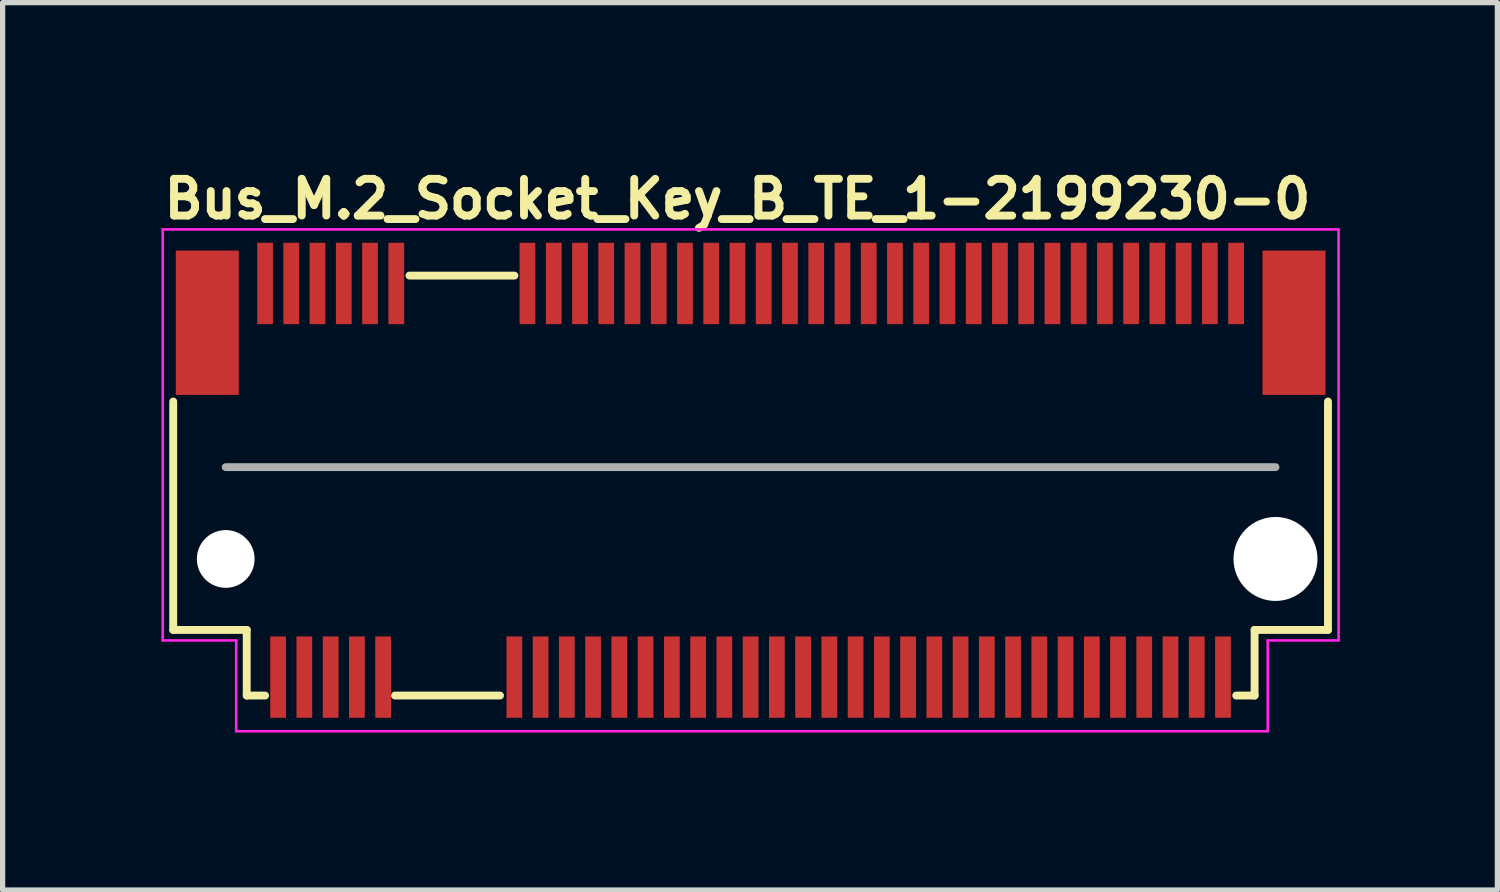
<source format=kicad_pcb>
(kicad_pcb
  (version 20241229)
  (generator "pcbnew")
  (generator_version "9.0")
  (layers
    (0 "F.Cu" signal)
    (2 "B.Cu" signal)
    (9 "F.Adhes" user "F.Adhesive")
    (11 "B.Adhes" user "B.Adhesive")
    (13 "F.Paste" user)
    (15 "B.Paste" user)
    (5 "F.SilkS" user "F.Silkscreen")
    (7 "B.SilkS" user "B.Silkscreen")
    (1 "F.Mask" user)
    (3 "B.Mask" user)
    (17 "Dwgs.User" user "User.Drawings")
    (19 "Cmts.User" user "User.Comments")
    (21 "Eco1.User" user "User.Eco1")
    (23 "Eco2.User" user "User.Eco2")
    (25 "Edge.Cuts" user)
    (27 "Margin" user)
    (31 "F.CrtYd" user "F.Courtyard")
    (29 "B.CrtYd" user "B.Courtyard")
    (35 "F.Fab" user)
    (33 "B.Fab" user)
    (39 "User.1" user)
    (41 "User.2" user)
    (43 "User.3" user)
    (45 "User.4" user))
  (footprint "Bus_M.2_Socket_Key_B_TE_1-2199230-0"
    (layer "F.Cu")
    (at 2 2.35)
    (property "Reference" "Bus_M.2_Socket_Key_B_TE_1-2199230-0" (at -2 -1.2 0) (layer "F.SilkS") (effects (font (size 0.7 0.7) (thickness 0.15)) (justify left bottom)))
    (attr smd)
    (fp_line (start -1.75 6.6) (end -1.75 2.249) (stroke (width 0.15) (type solid)) (layer "F.SilkS"))
    (fp_line (start -0.35 6.6) (end -1.75 6.6) (stroke (width 0.15) (type solid)) (layer "F.SilkS"))
    (fp_line (start -0.35 6.6) (end -0.35 7.85) (stroke (width 0.15) (type solid)) (layer "F.SilkS"))
    (fp_line (start -0.35 7.85) (end 0 7.85) (stroke (width 0.15) (type solid)) (layer "F.SilkS"))
    (fp_line (start 2.475 7.85) (end 4.475 7.85) (stroke (width 0.15) (type solid)) (layer "F.SilkS"))
    (fp_line (start 2.75 -0.15) (end 4.75 -0.15) (stroke (width 0.15) (type solid)) (layer "F.SilkS"))
    (fp_line (start 18.5 7.85) (end 18.85 7.85) (stroke (width 0.15) (type solid)) (layer "F.SilkS"))
    (fp_line (start 18.85 7.85) (end 18.85 6.6) (stroke (width 0.15) (type solid)) (layer "F.SilkS"))
    (fp_line (start 20.248 2.249) (end 20.248 6.6) (stroke (width 0.15) (type solid)) (layer "F.SilkS"))
    (fp_line (start 20.248 6.6) (end 18.85 6.6) (stroke (width 0.15) (type solid)) (layer "F.SilkS"))
    (fp_line (start -1.95 -1.03) (end -1.95 6.8) (stroke (width 0.05) (type solid)) (layer "F.CrtYd"))
    (fp_line (start -1.95 6.8) (end -0.55 6.8) (stroke (width 0.05) (type solid)) (layer "F.CrtYd"))
    (fp_line (start -0.55 6.8) (end -0.55 8.53) (stroke (width 0.05) (type solid)) (layer "F.CrtYd"))
    (fp_line (start -0.55 8.53) (end 19.1 8.53) (stroke (width 0.05) (type solid)) (layer "F.CrtYd"))
    (fp_line (start 19.1 6.8) (end 20.45 6.8) (stroke (width 0.05) (type solid)) (layer "F.CrtYd"))
    (fp_line (start 19.1 8.53) (end 19.1 6.8) (stroke (width 0.05) (type solid)) (layer "F.CrtYd"))
    (fp_line (start 20.449 -1.03) (end -1.95 -1.03) (stroke (width 0.05) (type solid)) (layer "F.CrtYd"))
    (fp_line (start 20.45 6.8) (end 20.449 -1.03) (stroke (width 0.05) (type solid)) (layer "F.CrtYd"))
    (fp_line (start -0.75 3.499) (end 19.248 3.499) (stroke (width 0.15) (type solid)) (layer "F.Fab"))
    (fp_rect (start -1.7 -0.85) (end 20.199 7.849) (stroke (width 0.1) (type solid)) (fill no) (layer "User.5"))
    (fp_line (start -1.7 0) (end -1.7 5.498) (stroke (width 0.02) (type solid)) (layer "User.9"))
    (fp_line (start -1.7 0) (end 20.199 0) (stroke (width 0.02) (type solid)) (layer "User.9"))
    (fp_line (start -1.7 5.932) (end -1.7 5.498) (stroke (width 0.02) (type solid)) (layer "User.9"))
    (fp_line (start -1.7 5.932) (end -1.7 5.932) (stroke (width 0.02) (type solid)) (layer "User.9"))
    (fp_line (start -1.7 6.123) (end -1.7 5.932) (stroke (width 0.02) (type solid)) (layer "User.9"))
    (fp_line (start -1.7 6.123) (end -1.7 6.123) (stroke (width 0.02) (type solid)) (layer "User.9"))
    (fp_line (start -1.7 6.206) (end -1.7 6.123) (stroke (width 0.02) (type solid)) (layer "User.9"))
    (fp_line (start -1.7 6.206) (end -1.7 6.206) (stroke (width 0.02) (type solid)) (layer "User.9"))
    (fp_line (start -1.7 6.28) (end -1.7 6.206) (stroke (width 0.02) (type solid)) (layer "User.9"))
    (fp_line (start -1.7 6.28) (end -1.7 6.28) (stroke (width 0.02) (type solid)) (layer "User.9"))
    (fp_line (start -1.7 6.345) (end -1.7 6.28) (stroke (width 0.02) (type solid)) (layer "User.9"))
    (fp_line (start -1.7 6.345) (end -1.7 6.345) (stroke (width 0.02) (type solid)) (layer "User.9"))
    (fp_line (start -1.7 6.4) (end -1.7 6.345) (stroke (width 0.02) (type solid)) (layer "User.9"))
    (fp_line (start -1.7 6.4) (end -1.7 6.4) (stroke (width 0.02) (type solid)) (layer "User.9"))
    (fp_line (start -1.7 6.443) (end -1.7 6.4) (stroke (width 0.02) (type solid)) (layer "User.9"))
    (fp_line (start -1.7 6.443) (end -1.7 6.443) (stroke (width 0.02) (type solid)) (layer "User.9"))
    (fp_line (start -1.7 6.474) (end -1.7 6.443) (stroke (width 0.02) (type solid)) (layer "User.9"))
    (fp_line (start -1.7 6.474) (end -1.7 6.474) (stroke (width 0.02) (type solid)) (layer "User.9"))
    (fp_line (start -1.7 6.493) (end -1.7 6.474) (stroke (width 0.02) (type solid)) (layer "User.9"))
    (fp_line (start -1.7 6.493) (end -1.7 6.493) (stroke (width 0.02) (type solid)) (layer "User.9"))
    (fp_line (start -1.7 6.499) (end -1.7 6.493) (stroke (width 0.02) (type solid)) (layer "User.9"))
    (fp_line (start -1.7 6.499) (end -1.325 6.499) (stroke (width 0.02) (type solid)) (layer "User.9"))
    (fp_line (start -1.325 5.498) (end 6.674 5.498) (stroke (width 0.02) (type solid)) (layer "User.9"))
    (fp_line (start -1.325 6.499) (end -1.301 6.499) (stroke (width 0.02) (type solid)) (layer "User.9"))
    (fp_line (start -1.301 6.499) (end -1.276 6.496) (stroke (width 0.02) (type solid)) (layer "User.9"))
    (fp_line (start -1.276 6.496) (end -1.252 6.493) (stroke (width 0.02) (type solid)) (layer "User.9"))
    (fp_line (start -1.252 6.493) (end -1.228 6.49) (stroke (width 0.02) (type solid)) (layer "User.9"))
    (fp_line (start -1.228 6.49) (end -1.204 6.483) (stroke (width 0.02) (type solid)) (layer "User.9"))
    (fp_line (start -1.204 6.483) (end -1.18 6.477) (stroke (width 0.02) (type solid)) (layer "User.9"))
    (fp_line (start -1.18 6.477) (end -1.158 6.469) (stroke (width 0.02) (type solid)) (layer "User.9"))
    (fp_line (start -1.158 6.469) (end -1.135 6.461) (stroke (width 0.02) (type solid)) (layer "User.9"))
    (fp_line (start -1.135 6.461) (end -1.113 6.451) (stroke (width 0.02) (type solid)) (layer "User.9"))
    (fp_line (start -1.113 6.451) (end -1.091 6.44) (stroke (width 0.02) (type solid)) (layer "User.9"))
    (fp_line (start -1.091 6.44) (end -1.069 6.429) (stroke (width 0.02) (type solid)) (layer "User.9"))
    (fp_line (start -1.069 6.429) (end -1.049 6.414) (stroke (width 0.02) (type solid)) (layer "User.9"))
    (fp_line (start -1.049 6.414) (end -1.029 6.4) (stroke (width 0.02) (type solid)) (layer "User.9"))
    (fp_line (start -1.029 6.4) (end -1.01 6.385) (stroke (width 0.02) (type solid)) (layer "User.9"))
    (fp_line (start -1.01 6.385) (end -0.99 6.369) (stroke (width 0.02) (type solid)) (layer "User.9"))
    (fp_line (start -0.99 6.369) (end -0.972 6.352) (stroke (width 0.02) (type solid)) (layer "User.9"))
    (fp_line (start -0.972 6.352) (end -0.972 6.352) (stroke (width 0.02) (type solid)) (layer "User.9"))
    (fp_line (start -0.972 6.352) (end -0.956 6.334) (stroke (width 0.02) (type solid)) (layer "User.9"))
    (fp_line (start -0.956 6.334) (end -0.94 6.315) (stroke (width 0.02) (type solid)) (layer "User.9"))
    (fp_line (start -0.94 6.315) (end -0.925 6.296) (stroke (width 0.02) (type solid)) (layer "User.9"))
    (fp_line (start -0.925 6.296) (end -0.911 6.277) (stroke (width 0.02) (type solid)) (layer "User.9"))
    (fp_line (start -0.911 6.277) (end -0.896 6.256) (stroke (width 0.02) (type solid)) (layer "User.9"))
    (fp_line (start -0.896 6.256) (end -0.884 6.235) (stroke (width 0.02) (type solid)) (layer "User.9"))
    (fp_line (start -0.884 6.235) (end -0.873 6.212) (stroke (width 0.02) (type solid)) (layer "User.9"))
    (fp_line (start -0.873 6.212) (end -0.864 6.19) (stroke (width 0.02) (type solid)) (layer "User.9"))
    (fp_line (start -0.864 6.19) (end -0.855 6.168) (stroke (width 0.02) (type solid)) (layer "User.9"))
    (fp_line (start -0.855 6.168) (end -0.847 6.145) (stroke (width 0.02) (type solid)) (layer "User.9"))
    (fp_line (start -0.847 6.145) (end -0.841 6.121) (stroke (width 0.02) (type solid)) (layer "User.9"))
    (fp_line (start -0.841 6.121) (end -0.835 6.097) (stroke (width 0.02) (type solid)) (layer "User.9"))
    (fp_line (start -0.835 6.097) (end -0.832 6.073) (stroke (width 0.02) (type solid)) (layer "User.9"))
    (fp_line (start -0.832 6.073) (end -0.829 6.049) (stroke (width 0.02) (type solid)) (layer "User.9"))
    (fp_line (start -0.829 6.049) (end -0.827 6.023) (stroke (width 0.02) (type solid)) (layer "User.9"))
    (fp_line (start -0.827 6.023) (end -0.826 5.999) (stroke (width 0.02) (type solid)) (layer "User.9"))
    (fp_line (start -0.826 5.852) (end -0.826 5.498) (stroke (width 0.02) (type solid)) (layer "User.9"))
    (fp_line (start -0.826 5.852) (end -0.826 5.852) (stroke (width 0.02) (type solid)) (layer "User.9"))
    (fp_line (start -0.826 5.999) (end -0.826 5.852) (stroke (width 0.02) (type solid)) (layer "User.9"))
    (fp_line (start -0.301 0.529) (end 0.299 0.529) (stroke (width 0.02) (type solid)) (layer "User.9"))
    (fp_line (start -0.25 5.498) (end -0.25 7.749) (stroke (width 0.02) (type solid)) (layer "User.9"))
    (fp_line (start -0.25 6.499) (end -1.325 6.499) (stroke (width 0.02) (type solid)) (layer "User.9"))
    (fp_line (start -0.25 7.749) (end 7.405 7.749) (stroke (width 0.02) (type solid)) (layer "User.9"))
    (fp_line (start -0.075 -0.6) (end -0.075 -0.101) (stroke (width 0.02) (type solid)) (layer "User.9"))
    (fp_line (start -0.075 -0.6) (end 0.073 -0.6) (stroke (width 0.02) (type solid)) (layer "User.9"))
    (fp_line (start -0.075 -0.101) (end -0.075 0) (stroke (width 0.02) (type solid)) (layer "User.9"))
    (fp_line (start 0 0.009) (end -0.301 0.529) (stroke (width 0.02) (type solid)) (layer "User.9"))
    (fp_line (start 0.073 -0.6) (end 0.073 -0.101) (stroke (width 0.02) (type solid)) (layer "User.9"))
    (fp_line (start 0.073 -0.101) (end 0.073 0) (stroke (width 0.02) (type solid)) (layer "User.9"))
    (fp_line (start 0.155 6.001) (end 0.175 5.73) (stroke (width 0.02) (type solid)) (layer "User.9"))
    (fp_line (start 0.155 6.001) (end 0.343 6.001) (stroke (width 0.02) (type solid)) (layer "User.9"))
    (fp_line (start 0.175 5.498) (end 0.175 5.546) (stroke (width 0.02) (type solid)) (layer "User.9"))
    (fp_line (start 0.175 5.652) (end 0.175 5.546) (stroke (width 0.02) (type solid)) (layer "User.9"))
    (fp_line (start 0.175 5.652) (end 0.175 5.73) (stroke (width 0.02) (type solid)) (layer "User.9"))
    (fp_line (start 0.175 7.749) (end 0.175 8.099) (stroke (width 0.02) (type solid)) (layer "User.9"))
    (fp_line (start 0.175 8.099) (end 0.324 8.099) (stroke (width 0.02) (type solid)) (layer "User.9"))
    (fp_line (start 0.299 0.529) (end 0 0.009) (stroke (width 0.02) (type solid)) (layer "User.9"))
    (fp_line (start 0.324 5.498) (end 0.324 5.546) (stroke (width 0.02) (type solid)) (layer "User.9"))
    (fp_line (start 0.324 5.652) (end 0.324 5.546) (stroke (width 0.02) (type solid)) (layer "User.9"))
    (fp_line (start 0.324 5.652) (end 0.324 5.73) (stroke (width 0.02) (type solid)) (layer "User.9"))
    (fp_line (start 0.324 7.749) (end 0.324 8.099) (stroke (width 0.02) (type solid)) (layer "User.9"))
    (fp_line (start 0.343 6.001) (end 0.324 5.73) (stroke (width 0.02) (type solid)) (layer "User.9"))
    (fp_line (start 0.424 -0.6) (end 0.424 -0.101) (stroke (width 0.02) (type solid)) (layer "User.9"))
    (fp_line (start 0.424 -0.6) (end 0.574 -0.6) (stroke (width 0.02) (type solid)) (layer "User.9"))
    (fp_line (start 0.424 -0.101) (end 0.424 0) (stroke (width 0.02) (type solid)) (layer "User.9"))
    (fp_line (start 0.574 -0.6) (end 0.574 -0.101) (stroke (width 0.02) (type solid)) (layer "User.9"))
    (fp_line (start 0.574 -0.101) (end 0.574 0) (stroke (width 0.02) (type solid)) (layer "User.9"))
    (fp_line (start 0.656 6.001) (end 0.675 5.73) (stroke (width 0.02) (type solid)) (layer "User.9"))
    (fp_line (start 0.656 6.001) (end 0.842 6.001) (stroke (width 0.02) (type solid)) (layer "User.9"))
    (fp_line (start 0.675 5.498) (end 0.675 5.546) (stroke (width 0.02) (type solid)) (layer "User.9"))
    (fp_line (start 0.675 5.652) (end 0.675 5.546) (stroke (width 0.02) (type solid)) (layer "User.9"))
    (fp_line (start 0.675 5.652) (end 0.675 5.73) (stroke (width 0.02) (type solid)) (layer "User.9"))
    (fp_line (start 0.675 7.749) (end 0.675 8.099) (stroke (width 0.02) (type solid)) (layer "User.9"))
    (fp_line (start 0.675 8.099) (end 0.824 8.099) (stroke (width 0.02) (type solid)) (layer "User.9"))
    (fp_line (start 0.824 5.498) (end 0.824 5.546) (stroke (width 0.02) (type solid)) (layer "User.9"))
    (fp_line (start 0.824 5.652) (end 0.824 5.546) (stroke (width 0.02) (type solid)) (layer "User.9"))
    (fp_line (start 0.824 5.652) (end 0.824 5.73) (stroke (width 0.02) (type solid)) (layer "User.9"))
    (fp_line (start 0.824 7.749) (end 0.824 8.099) (stroke (width 0.02) (type solid)) (layer "User.9"))
    (fp_line (start 0.842 6.001) (end 0.824 5.73) (stroke (width 0.02) (type solid)) (layer "User.9"))
    (fp_line (start 0.925 -0.6) (end 0.925 -0.101) (stroke (width 0.02) (type solid)) (layer "User.9"))
    (fp_line (start 0.925 -0.6) (end 1.074 -0.6) (stroke (width 0.02) (type solid)) (layer "User.9"))
    (fp_line (start 0.925 -0.101) (end 0.925 0) (stroke (width 0.02) (type solid)) (layer "User.9"))
    (fp_line (start 1.074 -0.6) (end 1.074 -0.101) (stroke (width 0.02) (type solid)) (layer "User.9"))
    (fp_line (start 1.074 -0.101) (end 1.074 0) (stroke (width 0.02) (type solid)) (layer "User.9"))
    (fp_line (start 1.155 6.001) (end 1.175 5.73) (stroke (width 0.02) (type solid)) (layer "User.9"))
    (fp_line (start 1.155 6.001) (end 1.342 6.001) (stroke (width 0.02) (type solid)) (layer "User.9"))
    (fp_line (start 1.175 5.498) (end 1.175 5.546) (stroke (width 0.02) (type solid)) (layer "User.9"))
    (fp_line (start 1.175 5.652) (end 1.175 5.546) (stroke (width 0.02) (type solid)) (layer "User.9"))
    (fp_line (start 1.175 5.652) (end 1.175 5.73) (stroke (width 0.02) (type solid)) (layer "User.9"))
    (fp_line (start 1.175 7.749) (end 1.175 8.099) (stroke (width 0.02) (type solid)) (layer "User.9"))
    (fp_line (start 1.175 8.099) (end 1.324 8.099) (stroke (width 0.02) (type solid)) (layer "User.9"))
    (fp_line (start 1.324 5.498) (end 1.324 5.546) (stroke (width 0.02) (type solid)) (layer "User.9"))
    (fp_line (start 1.324 5.652) (end 1.324 5.546) (stroke (width 0.02) (type solid)) (layer "User.9"))
    (fp_line (start 1.324 5.652) (end 1.324 5.73) (stroke (width 0.02) (type solid)) (layer "User.9"))
    (fp_line (start 1.324 7.749) (end 1.324 8.099) (stroke (width 0.02) (type solid)) (layer "User.9"))
    (fp_line (start 1.342 6.001) (end 1.324 5.73) (stroke (width 0.02) (type solid)) (layer "User.9"))
    (fp_line (start 1.423 -0.6) (end 1.423 -0.101) (stroke (width 0.02) (type solid)) (layer "User.9"))
    (fp_line (start 1.423 -0.6) (end 1.574 -0.6) (stroke (width 0.02) (type solid)) (layer "User.9"))
    (fp_line (start 1.423 -0.101) (end 1.423 0) (stroke (width 0.02) (type solid)) (layer "User.9"))
    (fp_line (start 1.574 -0.6) (end 1.574 -0.101) (stroke (width 0.02) (type solid)) (layer "User.9"))
    (fp_line (start 1.574 -0.101) (end 1.574 0) (stroke (width 0.02) (type solid)) (layer "User.9"))
    (fp_line (start 1.656 6.001) (end 1.673 5.73) (stroke (width 0.02) (type solid)) (layer "User.9"))
    (fp_line (start 1.656 6.001) (end 1.842 6.001) (stroke (width 0.02) (type solid)) (layer "User.9"))
    (fp_line (start 1.673 5.498) (end 1.673 5.546) (stroke (width 0.02) (type solid)) (layer "User.9"))
    (fp_line (start 1.673 5.652) (end 1.673 5.546) (stroke (width 0.02) (type solid)) (layer "User.9"))
    (fp_line (start 1.673 5.652) (end 1.673 5.73) (stroke (width 0.02) (type solid)) (layer "User.9"))
    (fp_line (start 1.673 7.749) (end 1.673 8.099) (stroke (width 0.02) (type solid)) (layer "User.9"))
    (fp_line (start 1.673 8.099) (end 1.824 8.099) (stroke (width 0.02) (type solid)) (layer "User.9"))
    (fp_line (start 1.824 5.498) (end 1.824 5.546) (stroke (width 0.02) (type solid)) (layer "User.9"))
    (fp_line (start 1.824 5.652) (end 1.824 5.546) (stroke (width 0.02) (type solid)) (layer "User.9"))
    (fp_line (start 1.824 5.652) (end 1.824 5.73) (stroke (width 0.02) (type solid)) (layer "User.9"))
    (fp_line (start 1.824 7.749) (end 1.824 8.099) (stroke (width 0.02) (type solid)) (layer "User.9"))
    (fp_line (start 1.842 6.001) (end 1.824 5.73) (stroke (width 0.02) (type solid)) (layer "User.9"))
    (fp_line (start 1.923 -0.6) (end 1.923 -0.101) (stroke (width 0.02) (type solid)) (layer "User.9"))
    (fp_line (start 1.923 -0.6) (end 2.075 -0.6) (stroke (width 0.02) (type solid)) (layer "User.9"))
    (fp_line (start 1.923 -0.101) (end 1.923 0) (stroke (width 0.02) (type solid)) (layer "User.9"))
    (fp_line (start 2.075 -0.6) (end 2.075 -0.101) (stroke (width 0.02) (type solid)) (layer "User.9"))
    (fp_line (start 2.075 -0.101) (end 2.075 0) (stroke (width 0.02) (type solid)) (layer "User.9"))
    (fp_line (start 2.156 6.001) (end 2.173 5.73) (stroke (width 0.02) (type solid)) (layer "User.9"))
    (fp_line (start 2.156 6.001) (end 2.342 6.001) (stroke (width 0.02) (type solid)) (layer "User.9"))
    (fp_line (start 2.173 5.498) (end 2.173 5.546) (stroke (width 0.02) (type solid)) (layer "User.9"))
    (fp_line (start 2.173 5.652) (end 2.173 5.546) (stroke (width 0.02) (type solid)) (layer "User.9"))
    (fp_line (start 2.173 5.652) (end 2.173 5.73) (stroke (width 0.02) (type solid)) (layer "User.9"))
    (fp_line (start 2.173 7.749) (end 2.173 8.099) (stroke (width 0.02) (type solid)) (layer "User.9"))
    (fp_line (start 2.173 8.099) (end 2.325 8.099) (stroke (width 0.02) (type solid)) (layer "User.9"))
    (fp_line (start 2.325 5.498) (end 2.325 5.546) (stroke (width 0.02) (type solid)) (layer "User.9"))
    (fp_line (start 2.325 5.652) (end 2.325 5.546) (stroke (width 0.02) (type solid)) (layer "User.9"))
    (fp_line (start 2.325 5.652) (end 2.325 5.73) (stroke (width 0.02) (type solid)) (layer "User.9"))
    (fp_line (start 2.325 7.749) (end 2.325 8.099) (stroke (width 0.02) (type solid)) (layer "User.9"))
    (fp_line (start 2.342 6.001) (end 2.325 5.73) (stroke (width 0.02) (type solid)) (layer "User.9"))
    (fp_line (start 2.423 -0.6) (end 2.423 -0.101) (stroke (width 0.02) (type solid)) (layer "User.9"))
    (fp_line (start 2.423 -0.6) (end 2.575 -0.6) (stroke (width 0.02) (type solid)) (layer "User.9"))
    (fp_line (start 2.423 -0.101) (end 2.423 0) (stroke (width 0.02) (type solid)) (layer "User.9"))
    (fp_line (start 2.575 -0.6) (end 2.575 -0.101) (stroke (width 0.02) (type solid)) (layer "User.9"))
    (fp_line (start 2.575 -0.101) (end 2.575 0) (stroke (width 0.02) (type solid)) (layer "User.9"))
    (fp_line (start 2.589 5.499) (end 2.589 7.75) (stroke (width 0.02) (type solid)) (layer "User.9"))
    (fp_line (start 2.589 7.75) (end 2.698 7.75) (stroke (width 0.02) (type solid)) (layer "User.9"))
    (fp_line (start 2.698 7.5) (end 2.698 7.75) (stroke (width 0.02) (type solid)) (layer "User.9"))
    (fp_line (start 2.698 7.5) (end 4.289 7.5) (stroke (width 0.02) (type solid)) (layer "User.9"))
    (fp_line (start 3.07 5.853) (end 3.07 5.499) (stroke (width 0.02) (type solid)) (layer "User.9"))
    (fp_line (start 3.07 5.853) (end 3.07 5.853) (stroke (width 0.02) (type solid)) (layer "User.9"))
    (fp_line (start 3.07 6) (end 3.07 5.853) (stroke (width 0.02) (type solid)) (layer "User.9"))
    (fp_line (start 3.07 6) (end 3.07 6.024) (stroke (width 0.02) (type solid)) (layer "User.9"))
    (fp_line (start 3.07 6.024) (end 3.071 6.05) (stroke (width 0.02) (type solid)) (layer "User.9"))
    (fp_line (start 3.071 6.05) (end 3.074 6.074) (stroke (width 0.02) (type solid)) (layer "User.9"))
    (fp_line (start 3.074 6.074) (end 3.079 6.098) (stroke (width 0.02) (type solid)) (layer "User.9"))
    (fp_line (start 3.079 6.098) (end 3.084 6.122) (stroke (width 0.02) (type solid)) (layer "User.9"))
    (fp_line (start 3.084 6.122) (end 3.09 6.146) (stroke (width 0.02) (type solid)) (layer "User.9"))
    (fp_line (start 3.09 6.146) (end 3.098 6.169) (stroke (width 0.02) (type solid)) (layer "User.9"))
    (fp_line (start 3.098 6.169) (end 3.108 6.191) (stroke (width 0.02) (type solid)) (layer "User.9"))
    (fp_line (start 3.108 6.191) (end 3.116 6.213) (stroke (width 0.02) (type solid)) (layer "User.9"))
    (fp_line (start 3.116 6.213) (end 3.127 6.236) (stroke (width 0.02) (type solid)) (layer "User.9"))
    (fp_line (start 3.127 6.236) (end 3.14 6.257) (stroke (width 0.02) (type solid)) (layer "User.9"))
    (fp_line (start 3.14 6.257) (end 3.153 6.278) (stroke (width 0.02) (type solid)) (layer "User.9"))
    (fp_line (start 3.153 6.278) (end 3.167 6.297) (stroke (width 0.02) (type solid)) (layer "User.9"))
    (fp_line (start 3.167 6.297) (end 3.182 6.316) (stroke (width 0.02) (type solid)) (layer "User.9"))
    (fp_line (start 3.182 6.316) (end 3.198 6.335) (stroke (width 0.02) (type solid)) (layer "User.9"))
    (fp_line (start 3.198 6.335) (end 3.215 6.353) (stroke (width 0.02) (type solid)) (layer "User.9"))
    (fp_line (start 3.215 6.353) (end 3.215 6.353) (stroke (width 0.02) (type solid)) (layer "User.9"))
    (fp_line (start 3.215 6.353) (end 3.233 6.37) (stroke (width 0.02) (type solid)) (layer "User.9"))
    (fp_line (start 3.233 6.37) (end 3.252 6.386) (stroke (width 0.02) (type solid)) (layer "User.9"))
    (fp_line (start 3.252 6.386) (end 3.272 6.401) (stroke (width 0.02) (type solid)) (layer "User.9"))
    (fp_line (start 3.272 6.401) (end 3.291 6.415) (stroke (width 0.02) (type solid)) (layer "User.9"))
    (fp_line (start 3.291 6.415) (end 3.313 6.43) (stroke (width 0.02) (type solid)) (layer "User.9"))
    (fp_line (start 3.313 6.43) (end 3.334 6.441) (stroke (width 0.02) (type solid)) (layer "User.9"))
    (fp_line (start 3.334 6.441) (end 3.355 6.452) (stroke (width 0.02) (type solid)) (layer "User.9"))
    (fp_line (start 3.355 6.452) (end 3.377 6.462) (stroke (width 0.02) (type solid)) (layer "User.9"))
    (fp_line (start 3.377 6.462) (end 3.4 6.47) (stroke (width 0.02) (type solid)) (layer "User.9"))
    (fp_line (start 3.4 6.47) (end 3.424 6.478) (stroke (width 0.02) (type solid)) (layer "User.9"))
    (fp_line (start 3.424 6.478) (end 3.448 6.484) (stroke (width 0.02) (type solid)) (layer "User.9"))
    (fp_line (start 3.448 6.484) (end 3.47 6.491) (stroke (width 0.02) (type solid)) (layer "User.9"))
    (fp_line (start 3.47 6.491) (end 3.496 6.494) (stroke (width 0.02) (type solid)) (layer "User.9"))
    (fp_line (start 3.496 6.494) (end 3.52 6.497) (stroke (width 0.02) (type solid)) (layer "User.9"))
    (fp_line (start 3.52 6.497) (end 3.544 6.5) (stroke (width 0.02) (type solid)) (layer "User.9"))
    (fp_line (start 3.544 6.5) (end 3.57 6.5) (stroke (width 0.02) (type solid)) (layer "User.9"))
    (fp_line (start 3.57 6.5) (end 3.669 6.5) (stroke (width 0.02) (type solid)) (layer "User.9"))
    (fp_line (start 3.693 6.5) (end 3.669 6.5) (stroke (width 0.02) (type solid)) (layer "User.9"))
    (fp_line (start 3.719 6.497) (end 3.693 6.5) (stroke (width 0.02) (type solid)) (layer "User.9"))
    (fp_line (start 3.743 6.494) (end 3.719 6.497) (stroke (width 0.02) (type solid)) (layer "User.9"))
    (fp_line (start 3.768 6.491) (end 3.743 6.494) (stroke (width 0.02) (type solid)) (layer "User.9"))
    (fp_line (start 3.791 6.484) (end 3.768 6.491) (stroke (width 0.02) (type solid)) (layer "User.9"))
    (fp_line (start 3.815 6.478) (end 3.791 6.484) (stroke (width 0.02) (type solid)) (layer "User.9"))
    (fp_line (start 3.837 6.47) (end 3.815 6.478) (stroke (width 0.02) (type solid)) (layer "User.9"))
    (fp_line (start 3.861 6.462) (end 3.837 6.47) (stroke (width 0.02) (type solid)) (layer "User.9"))
    (fp_line (start 3.882 6.452) (end 3.861 6.462) (stroke (width 0.02) (type solid)) (layer "User.9"))
    (fp_line (start 3.904 6.441) (end 3.882 6.452) (stroke (width 0.02) (type solid)) (layer "User.9"))
    (fp_line (start 3.925 6.43) (end 3.904 6.441) (stroke (width 0.02) (type solid)) (layer "User.9"))
    (fp_line (start 3.946 6.415) (end 3.925 6.43) (stroke (width 0.02) (type solid)) (layer "User.9"))
    (fp_line (start 3.967 6.401) (end 3.946 6.415) (stroke (width 0.02) (type solid)) (layer "User.9"))
    (fp_line (start 3.986 6.386) (end 3.967 6.401) (stroke (width 0.02) (type solid)) (layer "User.9"))
    (fp_line (start 4.004 6.37) (end 3.986 6.386) (stroke (width 0.02) (type solid)) (layer "User.9"))
    (fp_line (start 4.023 6.353) (end 4.004 6.37) (stroke (width 0.02) (type solid)) (layer "User.9"))
    (fp_line (start 4.023 6.353) (end 4.023 6.353) (stroke (width 0.02) (type solid)) (layer "User.9"))
    (fp_line (start 4.039 6.335) (end 4.023 6.353) (stroke (width 0.02) (type solid)) (layer "User.9"))
    (fp_line (start 4.055 6.316) (end 4.039 6.335) (stroke (width 0.02) (type solid)) (layer "User.9"))
    (fp_line (start 4.071 6.297) (end 4.055 6.316) (stroke (width 0.02) (type solid)) (layer "User.9"))
    (fp_line (start 4.084 6.278) (end 4.071 6.297) (stroke (width 0.02) (type solid)) (layer "User.9"))
    (fp_line (start 4.098 6.257) (end 4.084 6.278) (stroke (width 0.02) (type solid)) (layer "User.9"))
    (fp_line (start 4.111 6.236) (end 4.098 6.257) (stroke (width 0.02) (type solid)) (layer "User.9"))
    (fp_line (start 4.121 6.213) (end 4.111 6.236) (stroke (width 0.02) (type solid)) (layer "User.9"))
    (fp_line (start 4.13 6.191) (end 4.121 6.213) (stroke (width 0.02) (type solid)) (layer "User.9"))
    (fp_line (start 4.14 6.169) (end 4.13 6.191) (stroke (width 0.02) (type solid)) (layer "User.9"))
    (fp_line (start 4.148 6.146) (end 4.14 6.169) (stroke (width 0.02) (type solid)) (layer "User.9"))
    (fp_line (start 4.153 6.122) (end 4.148 6.146) (stroke (width 0.02) (type solid)) (layer "User.9"))
    (fp_line (start 4.159 6.098) (end 4.153 6.122) (stroke (width 0.02) (type solid)) (layer "User.9"))
    (fp_line (start 4.164 6.074) (end 4.159 6.098) (stroke (width 0.02) (type solid)) (layer "User.9"))
    (fp_line (start 4.166 6.05) (end 4.164 6.074) (stroke (width 0.02) (type solid)) (layer "User.9"))
    (fp_line (start 4.169 5.499) (end 4.169 5.853) (stroke (width 0.02) (type solid)) (layer "User.9"))
    (fp_line (start 4.169 5.853) (end 4.169 5.853) (stroke (width 0.02) (type solid)) (layer "User.9"))
    (fp_line (start 4.169 5.853) (end 4.169 6) (stroke (width 0.02) (type solid)) (layer "User.9"))
    (fp_line (start 4.169 6) (end 4.169 6.024) (stroke (width 0.02) (type solid)) (layer "User.9"))
    (fp_line (start 4.169 6.024) (end 4.166 6.05) (stroke (width 0.02) (type solid)) (layer "User.9"))
    (fp_line (start 4.289 7.5) (end 4.289 7.75) (stroke (width 0.02) (type solid)) (layer "User.9"))
    (fp_line (start 4.289 7.75) (end 4.4 7.75) (stroke (width 0.02) (type solid)) (layer "User.9"))
    (fp_line (start 4.4 5.499) (end 4.4 7.75) (stroke (width 0.02) (type solid)) (layer "User.9"))
    (fp_line (start 4.655 6.001) (end 4.674 5.73) (stroke (width 0.02) (type solid)) (layer "User.9"))
    (fp_line (start 4.655 6.001) (end 4.842 6.001) (stroke (width 0.02) (type solid)) (layer "User.9"))
    (fp_line (start 4.674 5.498) (end 4.674 5.546) (stroke (width 0.02) (type solid)) (layer "User.9"))
    (fp_line (start 4.674 5.652) (end 4.674 5.546) (stroke (width 0.02) (type solid)) (layer "User.9"))
    (fp_line (start 4.674 5.652) (end 4.674 5.73) (stroke (width 0.02) (type solid)) (layer "User.9"))
    (fp_line (start 4.674 7.749) (end 4.674 8.099) (stroke (width 0.02) (type solid)) (layer "User.9"))
    (fp_line (start 4.674 8.099) (end 4.825 8.099) (stroke (width 0.02) (type solid)) (layer "User.9"))
    (fp_line (start 4.825 5.498) (end 4.825 5.546) (stroke (width 0.02) (type solid)) (layer "User.9"))
    (fp_line (start 4.825 5.652) (end 4.825 5.546) (stroke (width 0.02) (type solid)) (layer "User.9"))
    (fp_line (start 4.825 5.652) (end 4.825 5.73) (stroke (width 0.02) (type solid)) (layer "User.9"))
    (fp_line (start 4.825 7.749) (end 4.825 8.099) (stroke (width 0.02) (type solid)) (layer "User.9"))
    (fp_line (start 4.842 6.001) (end 4.825 5.73) (stroke (width 0.02) (type solid)) (layer "User.9"))
    (fp_line (start 4.924 -0.6) (end 4.924 -0.101) (stroke (width 0.02) (type solid)) (layer "User.9"))
    (fp_line (start 4.924 -0.6) (end 5.075 -0.6) (stroke (width 0.02) (type solid)) (layer "User.9"))
    (fp_line (start 4.924 -0.101) (end 4.924 0) (stroke (width 0.02) (type solid)) (layer "User.9"))
    (fp_line (start 5.075 -0.6) (end 5.075 -0.101) (stroke (width 0.02) (type solid)) (layer "User.9"))
    (fp_line (start 5.075 -0.101) (end 5.075 0) (stroke (width 0.02) (type solid)) (layer "User.9"))
    (fp_line (start 5.155 6.001) (end 5.174 5.73) (stroke (width 0.02) (type solid)) (layer "User.9"))
    (fp_line (start 5.155 6.001) (end 5.342 6.001) (stroke (width 0.02) (type solid)) (layer "User.9"))
    (fp_line (start 5.174 5.498) (end 5.174 5.546) (stroke (width 0.02) (type solid)) (layer "User.9"))
    (fp_line (start 5.174 5.652) (end 5.174 5.546) (stroke (width 0.02) (type solid)) (layer "User.9"))
    (fp_line (start 5.174 5.652) (end 5.174 5.73) (stroke (width 0.02) (type solid)) (layer "User.9"))
    (fp_line (start 5.174 7.749) (end 5.174 8.099) (stroke (width 0.02) (type solid)) (layer "User.9"))
    (fp_line (start 5.174 8.099) (end 5.325 8.099) (stroke (width 0.02) (type solid)) (layer "User.9"))
    (fp_line (start 5.325 5.498) (end 5.325 5.546) (stroke (width 0.02) (type solid)) (layer "User.9"))
    (fp_line (start 5.325 5.652) (end 5.325 5.546) (stroke (width 0.02) (type solid)) (layer "User.9"))
    (fp_line (start 5.325 5.652) (end 5.325 5.73) (stroke (width 0.02) (type solid)) (layer "User.9"))
    (fp_line (start 5.325 7.749) (end 5.325 8.099) (stroke (width 0.02) (type solid)) (layer "User.9"))
    (fp_line (start 5.342 6.001) (end 5.325 5.73) (stroke (width 0.02) (type solid)) (layer "User.9"))
    (fp_line (start 5.424 -0.6) (end 5.424 -0.101) (stroke (width 0.02) (type solid)) (layer "User.9"))
    (fp_line (start 5.424 -0.6) (end 5.575 -0.6) (stroke (width 0.02) (type solid)) (layer "User.9"))
    (fp_line (start 5.424 -0.101) (end 5.424 0) (stroke (width 0.02) (type solid)) (layer "User.9"))
    (fp_line (start 5.575 -0.6) (end 5.575 -0.101) (stroke (width 0.02) (type solid)) (layer "User.9"))
    (fp_line (start 5.575 -0.101) (end 5.575 0) (stroke (width 0.02) (type solid)) (layer "User.9"))
    (fp_line (start 5.631 6.001) (end 5.648 5.73) (stroke (width 0.02) (type solid)) (layer "User.9"))
    (fp_line (start 5.631 6.001) (end 5.817 6.001) (stroke (width 0.02) (type solid)) (layer "User.9"))
    (fp_line (start 5.648 5.498) (end 5.648 5.546) (stroke (width 0.02) (type solid)) (layer "User.9"))
    (fp_line (start 5.648 5.652) (end 5.648 5.546) (stroke (width 0.02) (type solid)) (layer "User.9"))
    (fp_line (start 5.648 5.652) (end 5.648 5.73) (stroke (width 0.02) (type solid)) (layer "User.9"))
    (fp_line (start 5.648 7.749) (end 5.648 8.099) (stroke (width 0.02) (type solid)) (layer "User.9"))
    (fp_line (start 5.648 8.099) (end 5.8 8.099) (stroke (width 0.02) (type solid)) (layer "User.9"))
    (fp_line (start 5.8 5.498) (end 5.8 5.546) (stroke (width 0.02) (type solid)) (layer "User.9"))
    (fp_line (start 5.8 5.652) (end 5.8 5.546) (stroke (width 0.02) (type solid)) (layer "User.9"))
    (fp_line (start 5.8 5.652) (end 5.8 5.73) (stroke (width 0.02) (type solid)) (layer "User.9"))
    (fp_line (start 5.8 7.749) (end 5.8 8.099) (stroke (width 0.02) (type solid)) (layer "User.9"))
    (fp_line (start 5.817 6.001) (end 5.8 5.73) (stroke (width 0.02) (type solid)) (layer "User.9"))
    (fp_line (start 5.948 -0.6) (end 5.948 -0.101) (stroke (width 0.02) (type solid)) (layer "User.9"))
    (fp_line (start 5.948 -0.6) (end 6.1 -0.6) (stroke (width 0.02) (type solid)) (layer "User.9"))
    (fp_line (start 5.948 -0.101) (end 5.948 0) (stroke (width 0.02) (type solid)) (layer "User.9"))
    (fp_line (start 6.1 -0.6) (end 6.1 -0.101) (stroke (width 0.02) (type solid)) (layer "User.9"))
    (fp_line (start 6.1 -0.101) (end 6.1 0) (stroke (width 0.02) (type solid)) (layer "User.9"))
    (fp_line (start 6.131 6.001) (end 6.148 5.73) (stroke (width 0.02) (type solid)) (layer "User.9"))
    (fp_line (start 6.131 6.001) (end 6.317 6.001) (stroke (width 0.02) (type solid)) (layer "User.9"))
    (fp_line (start 6.148 5.498) (end 6.148 5.546) (stroke (width 0.02) (type solid)) (layer "User.9"))
    (fp_line (start 6.148 5.652) (end 6.148 5.546) (stroke (width 0.02) (type solid)) (layer "User.9"))
    (fp_line (start 6.148 5.652) (end 6.148 5.73) (stroke (width 0.02) (type solid)) (layer "User.9"))
    (fp_line (start 6.148 7.749) (end 6.148 8.099) (stroke (width 0.02) (type solid)) (layer "User.9"))
    (fp_line (start 6.148 8.099) (end 6.3 8.099) (stroke (width 0.02) (type solid)) (layer "User.9"))
    (fp_line (start 6.3 5.498) (end 6.3 5.546) (stroke (width 0.02) (type solid)) (layer "User.9"))
    (fp_line (start 6.3 5.652) (end 6.3 5.546) (stroke (width 0.02) (type solid)) (layer "User.9"))
    (fp_line (start 6.3 5.652) (end 6.3 5.73) (stroke (width 0.02) (type solid)) (layer "User.9"))
    (fp_line (start 6.3 7.749) (end 6.3 8.099) (stroke (width 0.02) (type solid)) (layer "User.9"))
    (fp_line (start 6.317 6.001) (end 6.3 5.73) (stroke (width 0.02) (type solid)) (layer "User.9"))
    (fp_line (start 6.448 -0.6) (end 6.448 -0.101) (stroke (width 0.02) (type solid)) (layer "User.9"))
    (fp_line (start 6.448 -0.6) (end 6.6 -0.6) (stroke (width 0.02) (type solid)) (layer "User.9"))
    (fp_line (start 6.448 -0.101) (end 6.448 0) (stroke (width 0.02) (type solid)) (layer "User.9"))
    (fp_line (start 6.6 -0.6) (end 6.6 -0.101) (stroke (width 0.02) (type solid)) (layer "User.9"))
    (fp_line (start 6.6 -0.101) (end 6.6 0) (stroke (width 0.02) (type solid)) (layer "User.9"))
    (fp_line (start 6.631 6.001) (end 6.648 5.73) (stroke (width 0.02) (type solid)) (layer "User.9"))
    (fp_line (start 6.631 6.001) (end 6.817 6.001) (stroke (width 0.02) (type solid)) (layer "User.9"))
    (fp_line (start 6.648 5.498) (end 6.648 5.546) (stroke (width 0.02) (type solid)) (layer "User.9"))
    (fp_line (start 6.648 5.652) (end 6.648 5.546) (stroke (width 0.02) (type solid)) (layer "User.9"))
    (fp_line (start 6.648 5.652) (end 6.648 5.73) (stroke (width 0.02) (type solid)) (layer "User.9"))
    (fp_line (start 6.648 7.749) (end 6.648 8.099) (stroke (width 0.02) (type solid)) (layer "User.9"))
    (fp_line (start 6.648 8.099) (end 6.8 8.099) (stroke (width 0.02) (type solid)) (layer "User.9"))
    (fp_line (start 6.674 5.498) (end 19.824 5.498) (stroke (width 0.02) (type solid)) (layer "User.9"))
    (fp_line (start 6.8 5.498) (end 6.8 5.546) (stroke (width 0.02) (type solid)) (layer "User.9"))
    (fp_line (start 6.8 5.652) (end 6.8 5.546) (stroke (width 0.02) (type solid)) (layer "User.9"))
    (fp_line (start 6.8 5.652) (end 6.8 5.73) (stroke (width 0.02) (type solid)) (layer "User.9"))
    (fp_line (start 6.8 7.749) (end 6.8 8.099) (stroke (width 0.02) (type solid)) (layer "User.9"))
    (fp_line (start 6.817 6.001) (end 6.8 5.73) (stroke (width 0.02) (type solid)) (layer "User.9"))
    (fp_line (start 6.948 -0.6) (end 6.948 -0.101) (stroke (width 0.02) (type solid)) (layer "User.9"))
    (fp_line (start 6.948 -0.6) (end 7.1 -0.6) (stroke (width 0.02) (type solid)) (layer "User.9"))
    (fp_line (start 6.948 -0.101) (end 6.948 0) (stroke (width 0.02) (type solid)) (layer "User.9"))
    (fp_line (start 7.1 -0.6) (end 7.1 -0.101) (stroke (width 0.02) (type solid)) (layer "User.9"))
    (fp_line (start 7.1 -0.101) (end 7.1 0) (stroke (width 0.02) (type solid)) (layer "User.9"))
    (fp_line (start 7.13 6.001) (end 7.149 5.73) (stroke (width 0.02) (type solid)) (layer "User.9"))
    (fp_line (start 7.13 6.001) (end 7.317 6.001) (stroke (width 0.02) (type solid)) (layer "User.9"))
    (fp_line (start 7.149 5.498) (end 7.149 5.546) (stroke (width 0.02) (type solid)) (layer "User.9"))
    (fp_line (start 7.149 5.652) (end 7.149 5.546) (stroke (width 0.02) (type solid)) (layer "User.9"))
    (fp_line (start 7.149 5.652) (end 7.149 5.73) (stroke (width 0.02) (type solid)) (layer "User.9"))
    (fp_line (start 7.149 7.749) (end 7.149 8.099) (stroke (width 0.02) (type solid)) (layer "User.9"))
    (fp_line (start 7.149 8.099) (end 7.3 8.099) (stroke (width 0.02) (type solid)) (layer "User.9"))
    (fp_line (start 7.3 5.498) (end 7.3 5.546) (stroke (width 0.02) (type solid)) (layer "User.9"))
    (fp_line (start 7.3 5.652) (end 7.3 5.546) (stroke (width 0.02) (type solid)) (layer "User.9"))
    (fp_line (start 7.3 5.652) (end 7.3 5.73) (stroke (width 0.02) (type solid)) (layer "User.9"))
    (fp_line (start 7.3 7.749) (end 7.3 8.099) (stroke (width 0.02) (type solid)) (layer "User.9"))
    (fp_line (start 7.317 6.001) (end 7.3 5.73) (stroke (width 0.02) (type solid)) (layer "User.9"))
    (fp_line (start 7.405 7.749) (end 18.748 7.749) (stroke (width 0.02) (type solid)) (layer "User.9"))
    (fp_line (start 7.449 -0.6) (end 7.449 -0.101) (stroke (width 0.02) (type solid)) (layer "User.9"))
    (fp_line (start 7.449 -0.6) (end 7.6 -0.6) (stroke (width 0.02) (type solid)) (layer "User.9"))
    (fp_line (start 7.449 -0.101) (end 7.449 0) (stroke (width 0.02) (type solid)) (layer "User.9"))
    (fp_line (start 7.6 -0.6) (end 7.6 -0.101) (stroke (width 0.02) (type solid)) (layer "User.9"))
    (fp_line (start 7.6 -0.101) (end 7.6 0) (stroke (width 0.02) (type solid)) (layer "User.9"))
    (fp_line (start 7.656 6.001) (end 7.674 5.73) (stroke (width 0.02) (type solid)) (layer "User.9"))
    (fp_line (start 7.656 6.001) (end 7.842 6.001) (stroke (width 0.02) (type solid)) (layer "User.9"))
    (fp_line (start 7.674 5.498) (end 7.674 5.546) (stroke (width 0.02) (type solid)) (layer "User.9"))
    (fp_line (start 7.674 5.652) (end 7.674 5.546) (stroke (width 0.02) (type solid)) (layer "User.9"))
    (fp_line (start 7.674 5.652) (end 7.674 5.73) (stroke (width 0.02) (type solid)) (layer "User.9"))
    (fp_line (start 7.674 7.749) (end 7.674 8.099) (stroke (width 0.02) (type solid)) (layer "User.9"))
    (fp_line (start 7.674 8.099) (end 7.825 8.099) (stroke (width 0.02) (type solid)) (layer "User.9"))
    (fp_line (start 7.825 5.498) (end 7.825 5.546) (stroke (width 0.02) (type solid)) (layer "User.9"))
    (fp_line (start 7.825 5.652) (end 7.825 5.546) (stroke (width 0.02) (type solid)) (layer "User.9"))
    (fp_line (start 7.825 5.652) (end 7.825 5.73) (stroke (width 0.02) (type solid)) (layer "User.9"))
    (fp_line (start 7.825 7.749) (end 7.825 8.099) (stroke (width 0.02) (type solid)) (layer "User.9"))
    (fp_line (start 7.842 6.001) (end 7.825 5.73) (stroke (width 0.02) (type solid)) (layer "User.9"))
    (fp_line (start 7.924 -0.6) (end 7.924 -0.101) (stroke (width 0.02) (type solid)) (layer "User.9"))
    (fp_line (start 7.924 -0.6) (end 8.073 -0.6) (stroke (width 0.02) (type solid)) (layer "User.9"))
    (fp_line (start 7.924 -0.101) (end 7.924 0) (stroke (width 0.02) (type solid)) (layer "User.9"))
    (fp_line (start 8.073 -0.6) (end 8.073 -0.101) (stroke (width 0.02) (type solid)) (layer "User.9"))
    (fp_line (start 8.073 -0.101) (end 8.073 0) (stroke (width 0.02) (type solid)) (layer "User.9"))
    (fp_line (start 8.156 6.001) (end 8.175 5.73) (stroke (width 0.02) (type solid)) (layer "User.9"))
    (fp_line (start 8.156 6.001) (end 8.342 6.001) (stroke (width 0.02) (type solid)) (layer "User.9"))
    (fp_line (start 8.175 5.498) (end 8.175 5.546) (stroke (width 0.02) (type solid)) (layer "User.9"))
    (fp_line (start 8.175 5.652) (end 8.175 5.546) (stroke (width 0.02) (type solid)) (layer "User.9"))
    (fp_line (start 8.175 5.652) (end 8.175 5.73) (stroke (width 0.02) (type solid)) (layer "User.9"))
    (fp_line (start 8.175 7.749) (end 8.175 8.099) (stroke (width 0.02) (type solid)) (layer "User.9"))
    (fp_line (start 8.175 8.099) (end 8.323 8.099) (stroke (width 0.02) (type solid)) (layer "User.9"))
    (fp_line (start 8.323 5.498) (end 8.323 5.546) (stroke (width 0.02) (type solid)) (layer "User.9"))
    (fp_line (start 8.323 5.652) (end 8.323 5.546) (stroke (width 0.02) (type solid)) (layer "User.9"))
    (fp_line (start 8.323 5.652) (end 8.323 5.73) (stroke (width 0.02) (type solid)) (layer "User.9"))
    (fp_line (start 8.323 7.749) (end 8.323 8.099) (stroke (width 0.02) (type solid)) (layer "User.9"))
    (fp_line (start 8.342 6.001) (end 8.323 5.73) (stroke (width 0.02) (type solid)) (layer "User.9"))
    (fp_line (start 8.425 -0.6) (end 8.425 -0.101) (stroke (width 0.02) (type solid)) (layer "User.9"))
    (fp_line (start 8.425 -0.6) (end 8.573 -0.6) (stroke (width 0.02) (type solid)) (layer "User.9"))
    (fp_line (start 8.425 -0.101) (end 8.425 0) (stroke (width 0.02) (type solid)) (layer "User.9"))
    (fp_line (start 8.573 -0.6) (end 8.573 -0.101) (stroke (width 0.02) (type solid)) (layer "User.9"))
    (fp_line (start 8.573 -0.101) (end 8.573 0) (stroke (width 0.02) (type solid)) (layer "User.9"))
    (fp_line (start 8.656 6.001) (end 8.675 5.73) (stroke (width 0.02) (type solid)) (layer "User.9"))
    (fp_line (start 8.656 6.001) (end 8.842 6.001) (stroke (width 0.02) (type solid)) (layer "User.9"))
    (fp_line (start 8.675 5.498) (end 8.675 5.546) (stroke (width 0.02) (type solid)) (layer "User.9"))
    (fp_line (start 8.675 5.652) (end 8.675 5.546) (stroke (width 0.02) (type solid)) (layer "User.9"))
    (fp_line (start 8.675 5.652) (end 8.675 5.73) (stroke (width 0.02) (type solid)) (layer "User.9"))
    (fp_line (start 8.675 7.749) (end 8.675 8.099) (stroke (width 0.02) (type solid)) (layer "User.9"))
    (fp_line (start 8.675 8.099) (end 8.823 8.099) (stroke (width 0.02) (type solid)) (layer "User.9"))
    (fp_line (start 8.823 5.498) (end 8.823 5.546) (stroke (width 0.02) (type solid)) (layer "User.9"))
    (fp_line (start 8.823 5.652) (end 8.823 5.546) (stroke (width 0.02) (type solid)) (layer "User.9"))
    (fp_line (start 8.823 5.652) (end 8.823 5.73) (stroke (width 0.02) (type solid)) (layer "User.9"))
    (fp_line (start 8.823 7.749) (end 8.823 8.099) (stroke (width 0.02) (type solid)) (layer "User.9"))
    (fp_line (start 8.842 6.001) (end 8.823 5.73) (stroke (width 0.02) (type solid)) (layer "User.9"))
    (fp_line (start 8.925 -0.6) (end 8.925 -0.101) (stroke (width 0.02) (type solid)) (layer "User.9"))
    (fp_line (start 8.925 -0.6) (end 9.073 -0.6) (stroke (width 0.02) (type solid)) (layer "User.9"))
    (fp_line (start 8.925 -0.101) (end 8.925 0) (stroke (width 0.02) (type solid)) (layer "User.9"))
    (fp_line (start 9.073 -0.6) (end 9.073 -0.101) (stroke (width 0.02) (type solid)) (layer "User.9"))
    (fp_line (start 9.073 -0.101) (end 9.073 0) (stroke (width 0.02) (type solid)) (layer "User.9"))
    (fp_line (start 9.156 6.001) (end 9.175 5.73) (stroke (width 0.02) (type solid)) (layer "User.9"))
    (fp_line (start 9.156 6.001) (end 9.342 6.001) (stroke (width 0.02) (type solid)) (layer "User.9"))
    (fp_line (start 9.175 5.498) (end 9.175 5.546) (stroke (width 0.02) (type solid)) (layer "User.9"))
    (fp_line (start 9.175 5.652) (end 9.175 5.546) (stroke (width 0.02) (type solid)) (layer "User.9"))
    (fp_line (start 9.175 5.652) (end 9.175 5.73) (stroke (width 0.02) (type solid)) (layer "User.9"))
    (fp_line (start 9.175 7.749) (end 9.175 8.099) (stroke (width 0.02) (type solid)) (layer "User.9"))
    (fp_line (start 9.175 8.099) (end 9.323 8.099) (stroke (width 0.02) (type solid)) (layer "User.9"))
    (fp_line (start 9.323 5.498) (end 9.323 5.546) (stroke (width 0.02) (type solid)) (layer "User.9"))
    (fp_line (start 9.323 5.652) (end 9.323 5.546) (stroke (width 0.02) (type solid)) (layer "User.9"))
    (fp_line (start 9.323 5.652) (end 9.323 5.73) (stroke (width 0.02) (type solid)) (layer "User.9"))
    (fp_line (start 9.323 7.749) (end 9.323 8.099) (stroke (width 0.02) (type solid)) (layer "User.9"))
    (fp_line (start 9.342 6.001) (end 9.323 5.73) (stroke (width 0.02) (type solid)) (layer "User.9"))
    (fp_line (start 9.425 -0.6) (end 9.425 -0.101) (stroke (width 0.02) (type solid)) (layer "User.9"))
    (fp_line (start 9.425 -0.6) (end 9.573 -0.6) (stroke (width 0.02) (type solid)) (layer "User.9"))
    (fp_line (start 9.425 -0.101) (end 9.425 0) (stroke (width 0.02) (type solid)) (layer "User.9"))
    (fp_line (start 9.573 -0.6) (end 9.573 -0.101) (stroke (width 0.02) (type solid)) (layer "User.9"))
    (fp_line (start 9.573 -0.101) (end 9.573 0) (stroke (width 0.02) (type solid)) (layer "User.9"))
    (fp_line (start 9.656 6.001) (end 9.675 5.73) (stroke (width 0.02) (type solid)) (layer "User.9"))
    (fp_line (start 9.656 6.001) (end 9.842 6.001) (stroke (width 0.02) (type solid)) (layer "User.9"))
    (fp_line (start 9.675 5.498) (end 9.675 5.546) (stroke (width 0.02) (type solid)) (layer "User.9"))
    (fp_line (start 9.675 5.652) (end 9.675 5.546) (stroke (width 0.02) (type solid)) (layer "User.9"))
    (fp_line (start 9.675 5.652) (end 9.675 5.73) (stroke (width 0.02) (type solid)) (layer "User.9"))
    (fp_line (start 9.675 7.749) (end 9.675 8.099) (stroke (width 0.02) (type solid)) (layer "User.9"))
    (fp_line (start 9.675 8.099) (end 9.823 8.099) (stroke (width 0.02) (type solid)) (layer "User.9"))
    (fp_line (start 9.823 5.498) (end 9.823 5.546) (stroke (width 0.02) (type solid)) (layer "User.9"))
    (fp_line (start 9.823 5.652) (end 9.823 5.546) (stroke (width 0.02) (type solid)) (layer "User.9"))
    (fp_line (start 9.823 5.652) (end 9.823 5.73) (stroke (width 0.02) (type solid)) (layer "User.9"))
    (fp_line (start 9.823 7.749) (end 9.823 8.099) (stroke (width 0.02) (type solid)) (layer "User.9"))
    (fp_line (start 9.842 6.001) (end 9.823 5.73) (stroke (width 0.02) (type solid)) (layer "User.9"))
    (fp_line (start 9.925 -0.6) (end 9.925 -0.101) (stroke (width 0.02) (type solid)) (layer "User.9"))
    (fp_line (start 9.925 -0.6) (end 10.073 -0.6) (stroke (width 0.02) (type solid)) (layer "User.9"))
    (fp_line (start 9.925 -0.101) (end 9.925 0) (stroke (width 0.02) (type solid)) (layer "User.9"))
    (fp_line (start 10.073 -0.6) (end 10.073 -0.101) (stroke (width 0.02) (type solid)) (layer "User.9"))
    (fp_line (start 10.073 -0.101) (end 10.073 0) (stroke (width 0.02) (type solid)) (layer "User.9"))
    (fp_line (start 10.156 6.001) (end 10.175 5.73) (stroke (width 0.02) (type solid)) (layer "User.9"))
    (fp_line (start 10.156 6.001) (end 10.342 6.001) (stroke (width 0.02) (type solid)) (layer "User.9"))
    (fp_line (start 10.175 5.498) (end 10.175 5.546) (stroke (width 0.02) (type solid)) (layer "User.9"))
    (fp_line (start 10.175 5.652) (end 10.175 5.546) (stroke (width 0.02) (type solid)) (layer "User.9"))
    (fp_line (start 10.175 5.652) (end 10.175 5.73) (stroke (width 0.02) (type solid)) (layer "User.9"))
    (fp_line (start 10.175 7.749) (end 10.175 8.099) (stroke (width 0.02) (type solid)) (layer "User.9"))
    (fp_line (start 10.175 8.099) (end 10.323 8.099) (stroke (width 0.02) (type solid)) (layer "User.9"))
    (fp_line (start 10.323 5.498) (end 10.323 5.546) (stroke (width 0.02) (type solid)) (layer "User.9"))
    (fp_line (start 10.323 5.652) (end 10.323 5.546) (stroke (width 0.02) (type solid)) (layer "User.9"))
    (fp_line (start 10.323 5.652) (end 10.323 5.73) (stroke (width 0.02) (type solid)) (layer "User.9"))
    (fp_line (start 10.323 7.749) (end 10.323 8.099) (stroke (width 0.02) (type solid)) (layer "User.9"))
    (fp_line (start 10.342 6.001) (end 10.323 5.73) (stroke (width 0.02) (type solid)) (layer "User.9"))
    (fp_line (start 10.425 -0.6) (end 10.425 -0.101) (stroke (width 0.02) (type solid)) (layer "User.9"))
    (fp_line (start 10.425 -0.6) (end 10.573 -0.6) (stroke (width 0.02) (type solid)) (layer "User.9"))
    (fp_line (start 10.425 -0.101) (end 10.425 0) (stroke (width 0.02) (type solid)) (layer "User.9"))
    (fp_line (start 10.573 -0.6) (end 10.573 -0.101) (stroke (width 0.02) (type solid)) (layer "User.9"))
    (fp_line (start 10.573 -0.101) (end 10.573 0) (stroke (width 0.02) (type solid)) (layer "User.9"))
    (fp_line (start 10.656 6.001) (end 10.675 5.73) (stroke (width 0.02) (type solid)) (layer "User.9"))
    (fp_line (start 10.656 6.001) (end 10.842 6.001) (stroke (width 0.02) (type solid)) (layer "User.9"))
    (fp_line (start 10.675 5.498) (end 10.675 5.546) (stroke (width 0.02) (type solid)) (layer "User.9"))
    (fp_line (start 10.675 5.652) (end 10.675 5.546) (stroke (width 0.02) (type solid)) (layer "User.9"))
    (fp_line (start 10.675 5.652) (end 10.675 5.73) (stroke (width 0.02) (type solid)) (layer "User.9"))
    (fp_line (start 10.675 7.749) (end 10.675 8.099) (stroke (width 0.02) (type solid)) (layer "User.9"))
    (fp_line (start 10.675 8.099) (end 10.823 8.099) (stroke (width 0.02) (type solid)) (layer "User.9"))
    (fp_line (start 10.823 5.498) (end 10.823 5.546) (stroke (width 0.02) (type solid)) (layer "User.9"))
    (fp_line (start 10.823 5.652) (end 10.823 5.546) (stroke (width 0.02) (type solid)) (layer "User.9"))
    (fp_line (start 10.823 5.652) (end 10.823 5.73) (stroke (width 0.02) (type solid)) (layer "User.9"))
    (fp_line (start 10.823 7.749) (end 10.823 8.099) (stroke (width 0.02) (type solid)) (layer "User.9"))
    (fp_line (start 10.842 6.001) (end 10.823 5.73) (stroke (width 0.02) (type solid)) (layer "User.9"))
    (fp_line (start 10.925 -0.6) (end 10.925 -0.101) (stroke (width 0.02) (type solid)) (layer "User.9"))
    (fp_line (start 10.925 -0.6) (end 11.073 -0.6) (stroke (width 0.02) (type solid)) (layer "User.9"))
    (fp_line (start 10.925 -0.101) (end 10.925 0) (stroke (width 0.02) (type solid)) (layer "User.9"))
    (fp_line (start 11.073 -0.6) (end 11.073 -0.101) (stroke (width 0.02) (type solid)) (layer "User.9"))
    (fp_line (start 11.073 -0.101) (end 11.073 0) (stroke (width 0.02) (type solid)) (layer "User.9"))
    (fp_line (start 11.156 6.001) (end 11.175 5.73) (stroke (width 0.02) (type solid)) (layer "User.9"))
    (fp_line (start 11.156 6.001) (end 11.342 6.001) (stroke (width 0.02) (type solid)) (layer "User.9"))
    (fp_line (start 11.175 5.498) (end 11.175 5.546) (stroke (width 0.02) (type solid)) (layer "User.9"))
    (fp_line (start 11.175 5.652) (end 11.175 5.546) (stroke (width 0.02) (type solid)) (layer "User.9"))
    (fp_line (start 11.175 5.652) (end 11.175 5.73) (stroke (width 0.02) (type solid)) (layer "User.9"))
    (fp_line (start 11.175 7.749) (end 11.175 8.099) (stroke (width 0.02) (type solid)) (layer "User.9"))
    (fp_line (start 11.175 8.099) (end 11.323 8.099) (stroke (width 0.02) (type solid)) (layer "User.9"))
    (fp_line (start 11.323 5.498) (end 11.323 5.546) (stroke (width 0.02) (type solid)) (layer "User.9"))
    (fp_line (start 11.323 5.652) (end 11.323 5.546) (stroke (width 0.02) (type solid)) (layer "User.9"))
    (fp_line (start 11.323 5.652) (end 11.323 5.73) (stroke (width 0.02) (type solid)) (layer "User.9"))
    (fp_line (start 11.323 7.749) (end 11.323 8.099) (stroke (width 0.02) (type solid)) (layer "User.9"))
    (fp_line (start 11.342 6.001) (end 11.323 5.73) (stroke (width 0.02) (type solid)) (layer "User.9"))
    (fp_line (start 11.425 -0.6) (end 11.425 -0.101) (stroke (width 0.02) (type solid)) (layer "User.9"))
    (fp_line (start 11.425 -0.6) (end 11.573 -0.6) (stroke (width 0.02) (type solid)) (layer "User.9"))
    (fp_line (start 11.425 -0.101) (end 11.425 0) (stroke (width 0.02) (type solid)) (layer "User.9"))
    (fp_line (start 11.573 -0.6) (end 11.573 -0.101) (stroke (width 0.02) (type solid)) (layer "User.9"))
    (fp_line (start 11.573 -0.101) (end 11.573 0) (stroke (width 0.02) (type solid)) (layer "User.9"))
    (fp_line (start 11.656 6.001) (end 11.675 5.73) (stroke (width 0.02) (type solid)) (layer "User.9"))
    (fp_line (start 11.656 6.001) (end 11.842 6.001) (stroke (width 0.02) (type solid)) (layer "User.9"))
    (fp_line (start 11.675 5.498) (end 11.675 5.546) (stroke (width 0.02) (type solid)) (layer "User.9"))
    (fp_line (start 11.675 5.652) (end 11.675 5.546) (stroke (width 0.02) (type solid)) (layer "User.9"))
    (fp_line (start 11.675 5.652) (end 11.675 5.73) (stroke (width 0.02) (type solid)) (layer "User.9"))
    (fp_line (start 11.675 7.749) (end 11.675 8.099) (stroke (width 0.02) (type solid)) (layer "User.9"))
    (fp_line (start 11.675 8.099) (end 11.823 8.099) (stroke (width 0.02) (type solid)) (layer "User.9"))
    (fp_line (start 11.823 5.498) (end 11.823 5.546) (stroke (width 0.02) (type solid)) (layer "User.9"))
    (fp_line (start 11.823 5.652) (end 11.823 5.546) (stroke (width 0.02) (type solid)) (layer "User.9"))
    (fp_line (start 11.823 5.652) (end 11.823 5.73) (stroke (width 0.02) (type solid)) (layer "User.9"))
    (fp_line (start 11.823 7.749) (end 11.823 8.099) (stroke (width 0.02) (type solid)) (layer "User.9"))
    (fp_line (start 11.842 6.001) (end 11.823 5.73) (stroke (width 0.02) (type solid)) (layer "User.9"))
    (fp_line (start 11.925 -0.6) (end 11.925 -0.101) (stroke (width 0.02) (type solid)) (layer "User.9"))
    (fp_line (start 11.925 -0.6) (end 12.073 -0.6) (stroke (width 0.02) (type solid)) (layer "User.9"))
    (fp_line (start 11.925 -0.101) (end 11.925 0) (stroke (width 0.02) (type solid)) (layer "User.9"))
    (fp_line (start 12.073 -0.6) (end 12.073 -0.101) (stroke (width 0.02) (type solid)) (layer "User.9"))
    (fp_line (start 12.073 -0.101) (end 12.073 0) (stroke (width 0.02) (type solid)) (layer "User.9"))
    (fp_line (start 12.156 6.001) (end 12.175 5.73) (stroke (width 0.02) (type solid)) (layer "User.9"))
    (fp_line (start 12.156 6.001) (end 12.342 6.001) (stroke (width 0.02) (type solid)) (layer "User.9"))
    (fp_line (start 12.175 5.498) (end 12.175 5.546) (stroke (width 0.02) (type solid)) (layer "User.9"))
    (fp_line (start 12.175 5.652) (end 12.175 5.546) (stroke (width 0.02) (type solid)) (layer "User.9"))
    (fp_line (start 12.175 5.652) (end 12.175 5.73) (stroke (width 0.02) (type solid)) (layer "User.9"))
    (fp_line (start 12.175 7.749) (end 12.175 8.099) (stroke (width 0.02) (type solid)) (layer "User.9"))
    (fp_line (start 12.175 8.099) (end 12.323 8.099) (stroke (width 0.02) (type solid)) (layer "User.9"))
    (fp_line (start 12.323 5.498) (end 12.323 5.546) (stroke (width 0.02) (type solid)) (layer "User.9"))
    (fp_line (start 12.323 5.652) (end 12.323 5.546) (stroke (width 0.02) (type solid)) (layer "User.9"))
    (fp_line (start 12.323 5.652) (end 12.323 5.73) (stroke (width 0.02) (type solid)) (layer "User.9"))
    (fp_line (start 12.323 7.749) (end 12.323 8.099) (stroke (width 0.02) (type solid)) (layer "User.9"))
    (fp_line (start 12.342 6.001) (end 12.323 5.73) (stroke (width 0.02) (type solid)) (layer "User.9"))
    (fp_line (start 12.425 -0.6) (end 12.425 -0.101) (stroke (width 0.02) (type solid)) (layer "User.9"))
    (fp_line (start 12.425 -0.6) (end 12.573 -0.6) (stroke (width 0.02) (type solid)) (layer "User.9"))
    (fp_line (start 12.425 -0.101) (end 12.425 0) (stroke (width 0.02) (type solid)) (layer "User.9"))
    (fp_line (start 12.573 -0.6) (end 12.573 -0.101) (stroke (width 0.02) (type solid)) (layer "User.9"))
    (fp_line (start 12.573 -0.101) (end 12.573 0) (stroke (width 0.02) (type solid)) (layer "User.9"))
    (fp_line (start 12.656 6.001) (end 12.675 5.73) (stroke (width 0.02) (type solid)) (layer "User.9"))
    (fp_line (start 12.656 6.001) (end 12.842 6.001) (stroke (width 0.02) (type solid)) (layer "User.9"))
    (fp_line (start 12.675 5.498) (end 12.675 5.546) (stroke (width 0.02) (type solid)) (layer "User.9"))
    (fp_line (start 12.675 5.652) (end 12.675 5.546) (stroke (width 0.02) (type solid)) (layer "User.9"))
    (fp_line (start 12.675 5.652) (end 12.675 5.73) (stroke (width 0.02) (type solid)) (layer "User.9"))
    (fp_line (start 12.675 7.749) (end 12.675 8.099) (stroke (width 0.02) (type solid)) (layer "User.9"))
    (fp_line (start 12.675 8.099) (end 12.823 8.099) (stroke (width 0.02) (type solid)) (layer "User.9"))
    (fp_line (start 12.823 5.498) (end 12.823 5.546) (stroke (width 0.02) (type solid)) (layer "User.9"))
    (fp_line (start 12.823 5.652) (end 12.823 5.546) (stroke (width 0.02) (type solid)) (layer "User.9"))
    (fp_line (start 12.823 5.652) (end 12.823 5.73) (stroke (width 0.02) (type solid)) (layer "User.9"))
    (fp_line (start 12.823 7.749) (end 12.823 8.099) (stroke (width 0.02) (type solid)) (layer "User.9"))
    (fp_line (start 12.842 6.001) (end 12.823 5.73) (stroke (width 0.02) (type solid)) (layer "User.9"))
    (fp_line (start 12.925 -0.6) (end 12.925 -0.101) (stroke (width 0.02) (type solid)) (layer "User.9"))
    (fp_line (start 12.925 -0.6) (end 13.073 -0.6) (stroke (width 0.02) (type solid)) (layer "User.9"))
    (fp_line (start 12.925 -0.101) (end 12.925 0) (stroke (width 0.02) (type solid)) (layer "User.9"))
    (fp_line (start 13.073 -0.6) (end 13.073 -0.101) (stroke (width 0.02) (type solid)) (layer "User.9"))
    (fp_line (start 13.073 -0.101) (end 13.073 0) (stroke (width 0.02) (type solid)) (layer "User.9"))
    (fp_line (start 13.156 6.001) (end 13.175 5.73) (stroke (width 0.02) (type solid)) (layer "User.9"))
    (fp_line (start 13.156 6.001) (end 13.342 6.001) (stroke (width 0.02) (type solid)) (layer "User.9"))
    (fp_line (start 13.175 5.498) (end 13.175 5.546) (stroke (width 0.02) (type solid)) (layer "User.9"))
    (fp_line (start 13.175 5.652) (end 13.175 5.546) (stroke (width 0.02) (type solid)) (layer "User.9"))
    (fp_line (start 13.175 5.652) (end 13.175 5.73) (stroke (width 0.02) (type solid)) (layer "User.9"))
    (fp_line (start 13.175 7.749) (end 13.175 8.099) (stroke (width 0.02) (type solid)) (layer "User.9"))
    (fp_line (start 13.175 8.099) (end 13.323 8.099) (stroke (width 0.02) (type solid)) (layer "User.9"))
    (fp_line (start 13.323 5.498) (end 13.323 5.546) (stroke (width 0.02) (type solid)) (layer "User.9"))
    (fp_line (start 13.323 5.652) (end 13.323 5.546) (stroke (width 0.02) (type solid)) (layer "User.9"))
    (fp_line (start 13.323 5.652) (end 13.323 5.73) (stroke (width 0.02) (type solid)) (layer "User.9"))
    (fp_line (start 13.323 7.749) (end 13.323 8.099) (stroke (width 0.02) (type solid)) (layer "User.9"))
    (fp_line (start 13.342 6.001) (end 13.323 5.73) (stroke (width 0.02) (type solid)) (layer "User.9"))
    (fp_line (start 13.425 -0.6) (end 13.425 -0.101) (stroke (width 0.02) (type solid)) (layer "User.9"))
    (fp_line (start 13.425 -0.6) (end 13.573 -0.6) (stroke (width 0.02) (type solid)) (layer "User.9"))
    (fp_line (start 13.425 -0.101) (end 13.425 0) (stroke (width 0.02) (type solid)) (layer "User.9"))
    (fp_line (start 13.573 -0.6) (end 13.573 -0.101) (stroke (width 0.02) (type solid)) (layer "User.9"))
    (fp_line (start 13.573 -0.101) (end 13.573 0) (stroke (width 0.02) (type solid)) (layer "User.9"))
    (fp_line (start 13.656 6.001) (end 13.675 5.73) (stroke (width 0.02) (type solid)) (layer "User.9"))
    (fp_line (start 13.656 6.001) (end 13.842 6.001) (stroke (width 0.02) (type solid)) (layer "User.9"))
    (fp_line (start 13.675 5.498) (end 13.675 5.546) (stroke (width 0.02) (type solid)) (layer "User.9"))
    (fp_line (start 13.675 5.652) (end 13.675 5.546) (stroke (width 0.02) (type solid)) (layer "User.9"))
    (fp_line (start 13.675 5.652) (end 13.675 5.73) (stroke (width 0.02) (type solid)) (layer "User.9"))
    (fp_line (start 13.675 7.749) (end 13.675 8.099) (stroke (width 0.02) (type solid)) (layer "User.9"))
    (fp_line (start 13.675 8.099) (end 13.823 8.099) (stroke (width 0.02) (type solid)) (layer "User.9"))
    (fp_line (start 13.823 5.498) (end 13.823 5.546) (stroke (width 0.02) (type solid)) (layer "User.9"))
    (fp_line (start 13.823 5.652) (end 13.823 5.546) (stroke (width 0.02) (type solid)) (layer "User.9"))
    (fp_line (start 13.823 5.652) (end 13.823 5.73) (stroke (width 0.02) (type solid)) (layer "User.9"))
    (fp_line (start 13.823 7.749) (end 13.823 8.099) (stroke (width 0.02) (type solid)) (layer "User.9"))
    (fp_line (start 13.842 6.001) (end 13.823 5.73) (stroke (width 0.02) (type solid)) (layer "User.9"))
    (fp_line (start 13.925 -0.6) (end 13.925 -0.101) (stroke (width 0.02) (type solid)) (layer "User.9"))
    (fp_line (start 13.925 -0.6) (end 14.073 -0.6) (stroke (width 0.02) (type solid)) (layer "User.9"))
    (fp_line (start 13.925 -0.101) (end 13.925 0) (stroke (width 0.02) (type solid)) (layer "User.9"))
    (fp_line (start 14.073 -0.6) (end 14.073 -0.101) (stroke (width 0.02) (type solid)) (layer "User.9"))
    (fp_line (start 14.073 -0.101) (end 14.073 0) (stroke (width 0.02) (type solid)) (layer "User.9"))
    (fp_line (start 14.156 6.001) (end 14.175 5.73) (stroke (width 0.02) (type solid)) (layer "User.9"))
    (fp_line (start 14.156 6.001) (end 14.342 6.001) (stroke (width 0.02) (type solid)) (layer "User.9"))
    (fp_line (start 14.175 5.498) (end 14.175 5.546) (stroke (width 0.02) (type solid)) (layer "User.9"))
    (fp_line (start 14.175 5.652) (end 14.175 5.546) (stroke (width 0.02) (type solid)) (layer "User.9"))
    (fp_line (start 14.175 5.652) (end 14.175 5.73) (stroke (width 0.02) (type solid)) (layer "User.9"))
    (fp_line (start 14.175 7.749) (end 14.175 8.099) (stroke (width 0.02) (type solid)) (layer "User.9"))
    (fp_line (start 14.175 8.099) (end 14.323 8.099) (stroke (width 0.02) (type solid)) (layer "User.9"))
    (fp_line (start 14.323 5.498) (end 14.323 5.546) (stroke (width 0.02) (type solid)) (layer "User.9"))
    (fp_line (start 14.323 5.652) (end 14.323 5.546) (stroke (width 0.02) (type solid)) (layer "User.9"))
    (fp_line (start 14.323 5.652) (end 14.323 5.73) (stroke (width 0.02) (type solid)) (layer "User.9"))
    (fp_line (start 14.323 7.749) (end 14.323 8.099) (stroke (width 0.02) (type solid)) (layer "User.9"))
    (fp_line (start 14.342 6.001) (end 14.323 5.73) (stroke (width 0.02) (type solid)) (layer "User.9"))
    (fp_line (start 14.425 -0.6) (end 14.425 -0.101) (stroke (width 0.02) (type solid)) (layer "User.9"))
    (fp_line (start 14.425 -0.6) (end 14.573 -0.6) (stroke (width 0.02) (type solid)) (layer "User.9"))
    (fp_line (start 14.425 -0.101) (end 14.425 0) (stroke (width 0.02) (type solid)) (layer "User.9"))
    (fp_line (start 14.573 -0.6) (end 14.573 -0.101) (stroke (width 0.02) (type solid)) (layer "User.9"))
    (fp_line (start 14.573 -0.101) (end 14.573 0) (stroke (width 0.02) (type solid)) (layer "User.9"))
    (fp_line (start 14.656 6.001) (end 14.675 5.73) (stroke (width 0.02) (type solid)) (layer "User.9"))
    (fp_line (start 14.656 6.001) (end 14.842 6.001) (stroke (width 0.02) (type solid)) (layer "User.9"))
    (fp_line (start 14.675 5.498) (end 14.675 5.546) (stroke (width 0.02) (type solid)) (layer "User.9"))
    (fp_line (start 14.675 5.652) (end 14.675 5.546) (stroke (width 0.02) (type solid)) (layer "User.9"))
    (fp_line (start 14.675 5.652) (end 14.675 5.73) (stroke (width 0.02) (type solid)) (layer "User.9"))
    (fp_line (start 14.675 7.749) (end 14.675 8.099) (stroke (width 0.02) (type solid)) (layer "User.9"))
    (fp_line (start 14.675 8.099) (end 14.823 8.099) (stroke (width 0.02) (type solid)) (layer "User.9"))
    (fp_line (start 14.823 5.498) (end 14.823 5.546) (stroke (width 0.02) (type solid)) (layer "User.9"))
    (fp_line (start 14.823 5.652) (end 14.823 5.546) (stroke (width 0.02) (type solid)) (layer "User.9"))
    (fp_line (start 14.823 5.652) (end 14.823 5.73) (stroke (width 0.02) (type solid)) (layer "User.9"))
    (fp_line (start 14.823 7.749) (end 14.823 8.099) (stroke (width 0.02) (type solid)) (layer "User.9"))
    (fp_line (start 14.842 6.001) (end 14.823 5.73) (stroke (width 0.02) (type solid)) (layer "User.9"))
    (fp_line (start 14.925 -0.6) (end 14.925 -0.101) (stroke (width 0.02) (type solid)) (layer "User.9"))
    (fp_line (start 14.925 -0.6) (end 15.073 -0.6) (stroke (width 0.02) (type solid)) (layer "User.9"))
    (fp_line (start 14.925 -0.101) (end 14.925 0) (stroke (width 0.02) (type solid)) (layer "User.9"))
    (fp_line (start 15.073 -0.6) (end 15.073 -0.101) (stroke (width 0.02) (type solid)) (layer "User.9"))
    (fp_line (start 15.073 -0.101) (end 15.073 0) (stroke (width 0.02) (type solid)) (layer "User.9"))
    (fp_line (start 15.156 6.001) (end 15.175 5.73) (stroke (width 0.02) (type solid)) (layer "User.9"))
    (fp_line (start 15.156 6.001) (end 15.342 6.001) (stroke (width 0.02) (type solid)) (layer "User.9"))
    (fp_line (start 15.175 5.498) (end 15.175 5.546) (stroke (width 0.02) (type solid)) (layer "User.9"))
    (fp_line (start 15.175 5.652) (end 15.175 5.546) (stroke (width 0.02) (type solid)) (layer "User.9"))
    (fp_line (start 15.175 5.652) (end 15.175 5.73) (stroke (width 0.02) (type solid)) (layer "User.9"))
    (fp_line (start 15.175 7.749) (end 15.175 8.099) (stroke (width 0.02) (type solid)) (layer "User.9"))
    (fp_line (start 15.175 8.099) (end 15.323 8.099) (stroke (width 0.02) (type solid)) (layer "User.9"))
    (fp_line (start 15.323 5.498) (end 15.323 5.546) (stroke (width 0.02) (type solid)) (layer "User.9"))
    (fp_line (start 15.323 5.652) (end 15.323 5.546) (stroke (width 0.02) (type solid)) (layer "User.9"))
    (fp_line (start 15.323 5.652) (end 15.323 5.73) (stroke (width 0.02) (type solid)) (layer "User.9"))
    (fp_line (start 15.323 7.749) (end 15.323 8.099) (stroke (width 0.02) (type solid)) (layer "User.9"))
    (fp_line (start 15.342 6.001) (end 15.323 5.73) (stroke (width 0.02) (type solid)) (layer "User.9"))
    (fp_line (start 15.425 -0.6) (end 15.425 -0.101) (stroke (width 0.02) (type solid)) (layer "User.9"))
    (fp_line (start 15.425 -0.6) (end 15.573 -0.6) (stroke (width 0.02) (type solid)) (layer "User.9"))
    (fp_line (start 15.425 -0.101) (end 15.425 0) (stroke (width 0.02) (type solid)) (layer "User.9"))
    (fp_line (start 15.573 -0.6) (end 15.573 -0.101) (stroke (width 0.02) (type solid)) (layer "User.9"))
    (fp_line (start 15.573 -0.101) (end 15.573 0) (stroke (width 0.02) (type solid)) (layer "User.9"))
    (fp_line (start 15.656 6.001) (end 15.675 5.73) (stroke (width 0.02) (type solid)) (layer "User.9"))
    (fp_line (start 15.656 6.001) (end 15.842 6.001) (stroke (width 0.02) (type solid)) (layer "User.9"))
    (fp_line (start 15.675 5.498) (end 15.675 5.546) (stroke (width 0.02) (type solid)) (layer "User.9"))
    (fp_line (start 15.675 5.652) (end 15.675 5.546) (stroke (width 0.02) (type solid)) (layer "User.9"))
    (fp_line (start 15.675 5.652) (end 15.675 5.73) (stroke (width 0.02) (type solid)) (layer "User.9"))
    (fp_line (start 15.675 7.749) (end 15.675 8.099) (stroke (width 0.02) (type solid)) (layer "User.9"))
    (fp_line (start 15.675 8.099) (end 15.823 8.099) (stroke (width 0.02) (type solid)) (layer "User.9"))
    (fp_line (start 15.823 5.498) (end 15.823 5.546) (stroke (width 0.02) (type solid)) (layer "User.9"))
    (fp_line (start 15.823 5.652) (end 15.823 5.546) (stroke (width 0.02) (type solid)) (layer "User.9"))
    (fp_line (start 15.823 5.652) (end 15.823 5.73) (stroke (width 0.02) (type solid)) (layer "User.9"))
    (fp_line (start 15.823 7.749) (end 15.823 8.099) (stroke (width 0.02) (type solid)) (layer "User.9"))
    (fp_line (start 15.842 6.001) (end 15.823 5.73) (stroke (width 0.02) (type solid)) (layer "User.9"))
    (fp_line (start 15.925 -0.6) (end 15.925 -0.101) (stroke (width 0.02) (type solid)) (layer "User.9"))
    (fp_line (start 15.925 -0.6) (end 16.074 -0.6) (stroke (width 0.02) (type solid)) (layer "User.9"))
    (fp_line (start 15.925 -0.101) (end 15.925 0) (stroke (width 0.02) (type solid)) (layer "User.9"))
    (fp_line (start 16.074 -0.6) (end 16.074 -0.101) (stroke (width 0.02) (type solid)) (layer "User.9"))
    (fp_line (start 16.074 -0.101) (end 16.074 0) (stroke (width 0.02) (type solid)) (layer "User.9"))
    (fp_line (start 16.155 6.001) (end 16.175 5.73) (stroke (width 0.02) (type solid)) (layer "User.9"))
    (fp_line (start 16.155 6.001) (end 16.342 6.001) (stroke (width 0.02) (type solid)) (layer "User.9"))
    (fp_line (start 16.175 5.498) (end 16.175 5.546) (stroke (width 0.02) (type solid)) (layer "User.9"))
    (fp_line (start 16.175 5.652) (end 16.175 5.546) (stroke (width 0.02) (type solid)) (layer "User.9"))
    (fp_line (start 16.175 5.652) (end 16.175 5.73) (stroke (width 0.02) (type solid)) (layer "User.9"))
    (fp_line (start 16.175 7.749) (end 16.175 8.099) (stroke (width 0.02) (type solid)) (layer "User.9"))
    (fp_line (start 16.175 8.099) (end 16.324 8.099) (stroke (width 0.02) (type solid)) (layer "User.9"))
    (fp_line (start 16.324 5.498) (end 16.324 5.546) (stroke (width 0.02) (type solid)) (layer "User.9"))
    (fp_line (start 16.324 5.652) (end 16.324 5.546) (stroke (width 0.02) (type solid)) (layer "User.9"))
    (fp_line (start 16.324 5.652) (end 16.324 5.73) (stroke (width 0.02) (type solid)) (layer "User.9"))
    (fp_line (start 16.324 7.749) (end 16.324 8.099) (stroke (width 0.02) (type solid)) (layer "User.9"))
    (fp_line (start 16.342 6.001) (end 16.324 5.73) (stroke (width 0.02) (type solid)) (layer "User.9"))
    (fp_line (start 16.425 -0.6) (end 16.425 -0.101) (stroke (width 0.02) (type solid)) (layer "User.9"))
    (fp_line (start 16.425 -0.6) (end 16.574 -0.6) (stroke (width 0.02) (type solid)) (layer "User.9"))
    (fp_line (start 16.425 -0.101) (end 16.425 0) (stroke (width 0.02) (type solid)) (layer "User.9"))
    (fp_line (start 16.574 -0.6) (end 16.574 -0.101) (stroke (width 0.02) (type solid)) (layer "User.9"))
    (fp_line (start 16.574 -0.101) (end 16.574 0) (stroke (width 0.02) (type solid)) (layer "User.9"))
    (fp_line (start 16.655 6.001) (end 16.675 5.73) (stroke (width 0.02) (type solid)) (layer "User.9"))
    (fp_line (start 16.655 6.001) (end 16.842 6.001) (stroke (width 0.02) (type solid)) (layer "User.9"))
    (fp_line (start 16.675 5.498) (end 16.675 5.546) (stroke (width 0.02) (type solid)) (layer "User.9"))
    (fp_line (start 16.675 5.652) (end 16.675 5.546) (stroke (width 0.02) (type solid)) (layer "User.9"))
    (fp_line (start 16.675 5.652) (end 16.675 5.73) (stroke (width 0.02) (type solid)) (layer "User.9"))
    (fp_line (start 16.675 7.749) (end 16.675 8.099) (stroke (width 0.02) (type solid)) (layer "User.9"))
    (fp_line (start 16.675 8.099) (end 16.824 8.099) (stroke (width 0.02) (type solid)) (layer "User.9"))
    (fp_line (start 16.824 5.498) (end 16.824 5.546) (stroke (width 0.02) (type solid)) (layer "User.9"))
    (fp_line (start 16.824 5.652) (end 16.824 5.546) (stroke (width 0.02) (type solid)) (layer "User.9"))
    (fp_line (start 16.824 5.652) (end 16.824 5.73) (stroke (width 0.02) (type solid)) (layer "User.9"))
    (fp_line (start 16.824 7.749) (end 16.824 8.099) (stroke (width 0.02) (type solid)) (layer "User.9"))
    (fp_line (start 16.842 6.001) (end 16.824 5.73) (stroke (width 0.02) (type solid)) (layer "User.9"))
    (fp_line (start 16.925 -0.6) (end 16.925 -0.101) (stroke (width 0.02) (type solid)) (layer "User.9"))
    (fp_line (start 16.925 -0.6) (end 17.074 -0.6) (stroke (width 0.02) (type solid)) (layer "User.9"))
    (fp_line (start 16.925 -0.101) (end 16.925 0) (stroke (width 0.02) (type solid)) (layer "User.9"))
    (fp_line (start 17.074 -0.6) (end 17.074 -0.101) (stroke (width 0.02) (type solid)) (layer "User.9"))
    (fp_line (start 17.074 -0.101) (end 17.074 0) (stroke (width 0.02) (type solid)) (layer "User.9"))
    (fp_line (start 17.155 6.001) (end 17.175 5.73) (stroke (width 0.02) (type solid)) (layer "User.9"))
    (fp_line (start 17.155 6.001) (end 17.342 6.001) (stroke (width 0.02) (type solid)) (layer "User.9"))
    (fp_line (start 17.175 5.498) (end 17.175 5.546) (stroke (width 0.02) (type solid)) (layer "User.9"))
    (fp_line (start 17.175 5.652) (end 17.175 5.546) (stroke (width 0.02) (type solid)) (layer "User.9"))
    (fp_line (start 17.175 5.652) (end 17.175 5.73) (stroke (width 0.02) (type solid)) (layer "User.9"))
    (fp_line (start 17.175 7.749) (end 17.175 8.099) (stroke (width 0.02) (type solid)) (layer "User.9"))
    (fp_line (start 17.175 8.099) (end 17.324 8.099) (stroke (width 0.02) (type solid)) (layer "User.9"))
    (fp_line (start 17.324 5.498) (end 17.324 5.546) (stroke (width 0.02) (type solid)) (layer "User.9"))
    (fp_line (start 17.324 5.652) (end 17.324 5.546) (stroke (width 0.02) (type solid)) (layer "User.9"))
    (fp_line (start 17.324 5.652) (end 17.324 5.73) (stroke (width 0.02) (type solid)) (layer "User.9"))
    (fp_line (start 17.324 7.749) (end 17.324 8.099) (stroke (width 0.02) (type solid)) (layer "User.9"))
    (fp_line (start 17.342 6.001) (end 17.324 5.73) (stroke (width 0.02) (type solid)) (layer "User.9"))
    (fp_line (start 17.425 -0.6) (end 17.425 -0.101) (stroke (width 0.02) (type solid)) (layer "User.9"))
    (fp_line (start 17.425 -0.6) (end 17.574 -0.6) (stroke (width 0.02) (type solid)) (layer "User.9"))
    (fp_line (start 17.425 -0.101) (end 17.425 0) (stroke (width 0.02) (type solid)) (layer "User.9"))
    (fp_line (start 17.574 -0.6) (end 17.574 -0.101) (stroke (width 0.02) (type solid)) (layer "User.9"))
    (fp_line (start 17.574 -0.101) (end 17.574 0) (stroke (width 0.02) (type solid)) (layer "User.9"))
    (fp_line (start 17.655 6.001) (end 17.675 5.73) (stroke (width 0.02) (type solid)) (layer "User.9"))
    (fp_line (start 17.655 6.001) (end 17.842 6.001) (stroke (width 0.02) (type solid)) (layer "User.9"))
    (fp_line (start 17.675 5.498) (end 17.675 5.546) (stroke (width 0.02) (type solid)) (layer "User.9"))
    (fp_line (start 17.675 5.652) (end 17.675 5.546) (stroke (width 0.02) (type solid)) (layer "User.9"))
    (fp_line (start 17.675 5.652) (end 17.675 5.73) (stroke (width 0.02) (type solid)) (layer "User.9"))
    (fp_line (start 17.675 7.749) (end 17.675 8.099) (stroke (width 0.02) (type solid)) (layer "User.9"))
    (fp_line (start 17.675 8.099) (end 17.824 8.099) (stroke (width 0.02) (type solid)) (layer "User.9"))
    (fp_line (start 17.824 5.498) (end 17.824 5.546) (stroke (width 0.02) (type solid)) (layer "User.9"))
    (fp_line (start 17.824 5.652) (end 17.824 5.546) (stroke (width 0.02) (type solid)) (layer "User.9"))
    (fp_line (start 17.824 5.652) (end 17.824 5.73) (stroke (width 0.02) (type solid)) (layer "User.9"))
    (fp_line (start 17.824 7.749) (end 17.824 8.099) (stroke (width 0.02) (type solid)) (layer "User.9"))
    (fp_line (start 17.842 6.001) (end 17.824 5.73) (stroke (width 0.02) (type solid)) (layer "User.9"))
    (fp_line (start 17.925 -0.6) (end 17.925 -0.101) (stroke (width 0.02) (type solid)) (layer "User.9"))
    (fp_line (start 17.925 -0.6) (end 18.074 -0.6) (stroke (width 0.02) (type solid)) (layer "User.9"))
    (fp_line (start 17.925 -0.101) (end 17.925 0) (stroke (width 0.02) (type solid)) (layer "User.9"))
    (fp_line (start 18.074 -0.6) (end 18.074 -0.101) (stroke (width 0.02) (type solid)) (layer "User.9"))
    (fp_line (start 18.074 -0.101) (end 18.074 0) (stroke (width 0.02) (type solid)) (layer "User.9"))
    (fp_line (start 18.155 6.001) (end 18.175 5.73) (stroke (width 0.02) (type solid)) (layer "User.9"))
    (fp_line (start 18.155 6.001) (end 18.342 6.001) (stroke (width 0.02) (type solid)) (layer "User.9"))
    (fp_line (start 18.175 5.498) (end 18.175 5.546) (stroke (width 0.02) (type solid)) (layer "User.9"))
    (fp_line (start 18.175 5.652) (end 18.175 5.546) (stroke (width 0.02) (type solid)) (layer "User.9"))
    (fp_line (start 18.175 5.652) (end 18.175 5.73) (stroke (width 0.02) (type solid)) (layer "User.9"))
    (fp_line (start 18.175 7.749) (end 18.175 8.099) (stroke (width 0.02) (type solid)) (layer "User.9"))
    (fp_line (start 18.175 8.099) (end 18.324 8.099) (stroke (width 0.02) (type solid)) (layer "User.9"))
    (fp_line (start 18.324 5.498) (end 18.324 5.546) (stroke (width 0.02) (type solid)) (layer "User.9"))
    (fp_line (start 18.324 5.652) (end 18.324 5.546) (stroke (width 0.02) (type solid)) (layer "User.9"))
    (fp_line (start 18.324 5.652) (end 18.324 5.73) (stroke (width 0.02) (type solid)) (layer "User.9"))
    (fp_line (start 18.324 7.749) (end 18.324 8.099) (stroke (width 0.02) (type solid)) (layer "User.9"))
    (fp_line (start 18.342 6.001) (end 18.324 5.73) (stroke (width 0.02) (type solid)) (layer "User.9"))
    (fp_line (start 18.425 -0.6) (end 18.425 -0.101) (stroke (width 0.02) (type solid)) (layer "User.9"))
    (fp_line (start 18.425 -0.6) (end 18.574 -0.6) (stroke (width 0.02) (type solid)) (layer "User.9"))
    (fp_line (start 18.425 -0.101) (end 18.425 0) (stroke (width 0.02) (type solid)) (layer "User.9"))
    (fp_line (start 18.574 -0.6) (end 18.574 -0.101) (stroke (width 0.02) (type solid)) (layer "User.9"))
    (fp_line (start 18.574 -0.101) (end 18.574 0) (stroke (width 0.02) (type solid)) (layer "User.9"))
    (fp_line (start 18.748 5.498) (end 18.748 7.749) (stroke (width 0.02) (type solid)) (layer "User.9"))
    (fp_line (start 19.324 5.852) (end 19.324 5.498) (stroke (width 0.02) (type solid)) (layer "User.9"))
    (fp_line (start 19.324 5.852) (end 19.324 5.852) (stroke (width 0.02) (type solid)) (layer "User.9"))
    (fp_line (start 19.324 5.999) (end 19.324 5.852) (stroke (width 0.02) (type solid)) (layer "User.9"))
    (fp_line (start 19.324 5.999) (end 19.324 6.023) (stroke (width 0.02) (type solid)) (layer "User.9"))
    (fp_line (start 19.324 6.023) (end 19.327 6.049) (stroke (width 0.02) (type solid)) (layer "User.9"))
    (fp_line (start 19.327 6.049) (end 19.33 6.073) (stroke (width 0.02) (type solid)) (layer "User.9"))
    (fp_line (start 19.33 6.073) (end 19.333 6.097) (stroke (width 0.02) (type solid)) (layer "User.9"))
    (fp_line (start 19.333 6.097) (end 19.339 6.121) (stroke (width 0.02) (type solid)) (layer "User.9"))
    (fp_line (start 19.339 6.121) (end 19.345 6.145) (stroke (width 0.02) (type solid)) (layer "User.9"))
    (fp_line (start 19.345 6.145) (end 19.353 6.168) (stroke (width 0.02) (type solid)) (layer "User.9"))
    (fp_line (start 19.353 6.168) (end 19.362 6.19) (stroke (width 0.02) (type solid)) (layer "User.9"))
    (fp_line (start 19.362 6.19) (end 19.371 6.212) (stroke (width 0.02) (type solid)) (layer "User.9"))
    (fp_line (start 19.371 6.212) (end 19.382 6.235) (stroke (width 0.02) (type solid)) (layer "User.9"))
    (fp_line (start 19.382 6.235) (end 19.394 6.256) (stroke (width 0.02) (type solid)) (layer "User.9"))
    (fp_line (start 19.394 6.256) (end 19.408 6.277) (stroke (width 0.02) (type solid)) (layer "User.9"))
    (fp_line (start 19.408 6.277) (end 19.423 6.296) (stroke (width 0.02) (type solid)) (layer "User.9"))
    (fp_line (start 19.423 6.296) (end 19.437 6.315) (stroke (width 0.02) (type solid)) (layer "User.9"))
    (fp_line (start 19.437 6.315) (end 19.454 6.334) (stroke (width 0.02) (type solid)) (layer "User.9"))
    (fp_line (start 19.454 6.334) (end 19.47 6.352) (stroke (width 0.02) (type solid)) (layer "User.9"))
    (fp_line (start 19.47 6.352) (end 19.47 6.352) (stroke (width 0.02) (type solid)) (layer "User.9"))
    (fp_line (start 19.47 6.352) (end 19.489 6.369) (stroke (width 0.02) (type solid)) (layer "User.9"))
    (fp_line (start 19.489 6.369) (end 19.507 6.385) (stroke (width 0.02) (type solid)) (layer "User.9"))
    (fp_line (start 19.507 6.385) (end 19.527 6.4) (stroke (width 0.02) (type solid)) (layer "User.9"))
    (fp_line (start 19.527 6.4) (end 19.547 6.414) (stroke (width 0.02) (type solid)) (layer "User.9"))
    (fp_line (start 19.547 6.414) (end 19.568 6.429) (stroke (width 0.02) (type solid)) (layer "User.9"))
    (fp_line (start 19.568 6.429) (end 19.588 6.44) (stroke (width 0.02) (type solid)) (layer "User.9"))
    (fp_line (start 19.588 6.44) (end 19.611 6.451) (stroke (width 0.02) (type solid)) (layer "User.9"))
    (fp_line (start 19.611 6.451) (end 19.632 6.461) (stroke (width 0.02) (type solid)) (layer "User.9"))
    (fp_line (start 19.632 6.461) (end 19.655 6.469) (stroke (width 0.02) (type solid)) (layer "User.9"))
    (fp_line (start 19.655 6.469) (end 19.679 6.477) (stroke (width 0.02) (type solid)) (layer "User.9"))
    (fp_line (start 19.679 6.477) (end 19.702 6.483) (stroke (width 0.02) (type solid)) (layer "User.9"))
    (fp_line (start 19.702 6.483) (end 19.725 6.49) (stroke (width 0.02) (type solid)) (layer "User.9"))
    (fp_line (start 19.725 6.49) (end 19.751 6.493) (stroke (width 0.02) (type solid)) (layer "User.9"))
    (fp_line (start 19.751 6.493) (end 19.775 6.496) (stroke (width 0.02) (type solid)) (layer "User.9"))
    (fp_line (start 19.775 6.496) (end 19.8 6.499) (stroke (width 0.02) (type solid)) (layer "User.9"))
    (fp_line (start 19.8 6.499) (end 19.824 6.499) (stroke (width 0.02) (type solid)) (layer "User.9"))
    (fp_line (start 19.824 6.499) (end 18.748 6.499) (stroke (width 0.02) (type solid)) (layer "User.9"))
    (fp_line (start 19.824 6.499) (end 20.199 6.499) (stroke (width 0.02) (type solid)) (layer "User.9"))
    (fp_line (start 20.199 0) (end 20.199 5.498) (stroke (width 0.02) (type solid)) (layer "User.9"))
    (fp_line (start 20.199 5.498) (end 20.199 5.829) (stroke (width 0.02) (type solid)) (layer "User.9"))
    (fp_line (start 20.199 5.829) (end 20.199 5.829) (stroke (width 0.02) (type solid)) (layer "User.9"))
    (fp_line (start 20.199 5.829) (end 20.199 6.031) (stroke (width 0.02) (type solid)) (layer "User.9"))
    (fp_line (start 20.199 6.031) (end 20.199 6.031) (stroke (width 0.02) (type solid)) (layer "User.9"))
    (fp_line (start 20.199 6.031) (end 20.199 6.206) (stroke (width 0.02) (type solid)) (layer "User.9"))
    (fp_line (start 20.199 6.206) (end 20.199 6.206) (stroke (width 0.02) (type solid)) (layer "User.9"))
    (fp_line (start 20.199 6.206) (end 20.199 6.28) (stroke (width 0.02) (type solid)) (layer "User.9"))
    (fp_line (start 20.199 6.28) (end 20.199 6.28) (stroke (width 0.02) (type solid)) (layer "User.9"))
    (fp_line (start 20.199 6.28) (end 20.199 6.345) (stroke (width 0.02) (type solid)) (layer "User.9"))
    (fp_line (start 20.199 6.345) (end 20.199 6.345) (stroke (width 0.02) (type solid)) (layer "User.9"))
    (fp_line (start 20.199 6.345) (end 20.199 6.4) (stroke (width 0.02) (type solid)) (layer "User.9"))
    (fp_line (start 20.199 6.4) (end 20.199 6.4) (stroke (width 0.02) (type solid)) (layer "User.9"))
    (fp_line (start 20.199 6.4) (end 20.199 6.443) (stroke (width 0.02) (type solid)) (layer "User.9"))
    (fp_line (start 20.199 6.443) (end 20.199 6.443) (stroke (width 0.02) (type solid)) (layer "User.9"))
    (fp_line (start 20.199 6.443) (end 20.199 6.474) (stroke (width 0.02) (type solid)) (layer "User.9"))
    (fp_line (start 20.199 6.474) (end 20.199 6.474) (stroke (width 0.02) (type solid)) (layer "User.9"))
    (fp_line (start 20.199 6.474) (end 20.199 6.493) (stroke (width 0.02) (type solid)) (layer "User.9"))
    (fp_line (start 20.199 6.493) (end 20.199 6.493) (stroke (width 0.02) (type solid)) (layer "User.9"))
    (fp_line (start 20.199 6.493) (end 20.199 6.499) (stroke (width 0.02) (type solid)) (layer "User.9"))
    (pad "" np_thru_hole circle (at -0.75 5.248) (size 1.1 1.1) (drill 1.1) (layers "*.Cu" "*.Mask"))
    (pad "" np_thru_hole circle (at 19.248 5.248) (size 1.6 1.6) (drill 1.6) (layers "*.Cu" "*.Mask"))
    (pad "1" smd rect (at 0 0) (size 0.3 1.55) (layers "F.Cu" "F.Mask" "F.Paste"))
    (pad "2" smd rect (at 0.248 7.499) (size 0.3 1.55) (layers "F.Cu" "F.Mask" "F.Paste"))
    (pad "3" smd rect (at 0.498 0) (size 0.3 1.55) (layers "F.Cu" "F.Mask" "F.Paste"))
    (pad "4" smd rect (at 0.748 7.499) (size 0.3 1.55) (layers "F.Cu" "F.Mask" "F.Paste"))
    (pad "5" smd rect (at 0.998 0) (size 0.3 1.55) (layers "F.Cu" "F.Mask" "F.Paste"))
    (pad "6" smd rect (at 1.249 7.499) (size 0.3 1.55) (layers "F.Cu" "F.Mask" "F.Paste"))
    (pad "7" smd rect (at 1.499 0) (size 0.3 1.55) (layers "F.Cu" "F.Mask" "F.Paste"))
    (pad "8" smd rect (at 1.749 7.499) (size 0.3 1.55) (layers "F.Cu" "F.Mask" "F.Paste"))
    (pad "9" smd rect (at 1.999 0) (size 0.3 1.55) (layers "F.Cu" "F.Mask" "F.Paste"))
    (pad "10" smd rect (at 2.249 7.499) (size 0.3 1.55) (layers "F.Cu" "F.Mask" "F.Paste"))
    (pad "11" smd rect (at 2.499 0) (size 0.3 1.55) (layers "F.Cu" "F.Mask" "F.Paste"))
    (pad "20" smd rect (at 4.748 7.499) (size 0.3 1.55) (layers "F.Cu" "F.Mask" "F.Paste"))
    (pad "21" smd rect (at 4.998 0) (size 0.3 1.55) (layers "F.Cu" "F.Mask" "F.Paste"))
    (pad "22" smd rect (at 5.248 7.499) (size 0.3 1.55) (layers "F.Cu" "F.Mask" "F.Paste"))
    (pad "23" smd rect (at 5.499 0) (size 0.3 1.55) (layers "F.Cu" "F.Mask" "F.Paste"))
    (pad "24" smd rect (at 5.748 7.499) (size 0.3 1.55) (layers "F.Cu" "F.Mask" "F.Paste"))
    (pad "25" smd rect (at 5.999 0) (size 0.3 1.55) (layers "F.Cu" "F.Mask" "F.Paste"))
    (pad "26" smd rect (at 6.248 7.499) (size 0.3 1.55) (layers "F.Cu" "F.Mask" "F.Paste"))
    (pad "27" smd rect (at 6.499 0) (size 0.3 1.55) (layers "F.Cu" "F.Mask" "F.Paste"))
    (pad "28" smd rect (at 6.748 7.499) (size 0.3 1.55) (layers "F.Cu" "F.Mask" "F.Paste"))
    (pad "29" smd rect (at 6.999 0) (size 0.3 1.55) (layers "F.Cu" "F.Mask" "F.Paste"))
    (pad "30" smd rect (at 7.248 7.499) (size 0.3 1.55) (layers "F.Cu" "F.Mask" "F.Paste"))
    (pad "31" smd rect (at 7.499 0) (size 0.3 1.55) (layers "F.Cu" "F.Mask" "F.Paste"))
    (pad "32" smd rect (at 7.749 7.499) (size 0.3 1.55) (layers "F.Cu" "F.Mask" "F.Paste"))
    (pad "33" smd rect (at 7.999 0) (size 0.3 1.55) (layers "F.Cu" "F.Mask" "F.Paste"))
    (pad "34" smd rect (at 8.249 7.499) (size 0.3 1.55) (layers "F.Cu" "F.Mask" "F.Paste"))
    (pad "35" smd rect (at 8.499 0) (size 0.3 1.55) (layers "F.Cu" "F.Mask" "F.Paste"))
    (pad "36" smd rect (at 8.749 7.499) (size 0.3 1.55) (layers "F.Cu" "F.Mask" "F.Paste"))
    (pad "37" smd rect (at 8.999 0) (size 0.3 1.55) (layers "F.Cu" "F.Mask" "F.Paste"))
    (pad "38" smd rect (at 9.249 7.499) (size 0.3 1.55) (layers "F.Cu" "F.Mask" "F.Paste"))
    (pad "39" smd rect (at 9.499 0) (size 0.3 1.55) (layers "F.Cu" "F.Mask" "F.Paste"))
    (pad "40" smd rect (at 9.749 7.499) (size 0.3 1.55) (layers "F.Cu" "F.Mask" "F.Paste"))
    (pad "41" smd rect (at 9.999 0) (size 0.3 1.55) (layers "F.Cu" "F.Mask" "F.Paste"))
    (pad "42" smd rect (at 10.249 7.499) (size 0.3 1.55) (layers "F.Cu" "F.Mask" "F.Paste"))
    (pad "43" smd rect (at 10.499 0) (size 0.3 1.55) (layers "F.Cu" "F.Mask" "F.Paste"))
    (pad "44" smd rect (at 10.749 7.499) (size 0.3 1.55) (layers "F.Cu" "F.Mask" "F.Paste"))
    (pad "45" smd rect (at 10.999 0) (size 0.3 1.55) (layers "F.Cu" "F.Mask" "F.Paste"))
    (pad "46" smd rect (at 11.249 7.499) (size 0.3 1.55) (layers "F.Cu" "F.Mask" "F.Paste"))
    (pad "47" smd rect (at 11.499 0) (size 0.3 1.55) (layers "F.Cu" "F.Mask" "F.Paste"))
    (pad "48" smd rect (at 11.749 7.499) (size 0.3 1.55) (layers "F.Cu" "F.Mask" "F.Paste"))
    (pad "49" smd rect (at 11.999 0) (size 0.3 1.55) (layers "F.Cu" "F.Mask" "F.Paste"))
    (pad "50" smd rect (at 12.249 7.499) (size 0.3 1.55) (layers "F.Cu" "F.Mask" "F.Paste"))
    (pad "51" smd rect (at 12.499 0) (size 0.3 1.55) (layers "F.Cu" "F.Mask" "F.Paste"))
    (pad "52" smd rect (at 12.749 7.499) (size 0.3 1.55) (layers "F.Cu" "F.Mask" "F.Paste"))
    (pad "53" smd rect (at 12.999 0) (size 0.3 1.55) (layers "F.Cu" "F.Mask" "F.Paste"))
    (pad "54" smd rect (at 13.249 7.499) (size 0.3 1.55) (layers "F.Cu" "F.Mask" "F.Paste"))
    (pad "55" smd rect (at 13.499 0) (size 0.3 1.55) (layers "F.Cu" "F.Mask" "F.Paste"))
    (pad "56" smd rect (at 13.749 7.499) (size 0.3 1.55) (layers "F.Cu" "F.Mask" "F.Paste"))
    (pad "57" smd rect (at 13.999 0) (size 0.3 1.55) (layers "F.Cu" "F.Mask" "F.Paste"))
    (pad "58" smd rect (at 14.249 7.499) (size 0.3 1.55) (layers "F.Cu" "F.Mask" "F.Paste"))
    (pad "59" smd rect (at 14.499 0) (size 0.3 1.55) (layers "F.Cu" "F.Mask" "F.Paste"))
    (pad "60" smd rect (at 14.749 7.499) (size 0.3 1.55) (layers "F.Cu" "F.Mask" "F.Paste"))
    (pad "61" smd rect (at 14.999 0) (size 0.3 1.55) (layers "F.Cu" "F.Mask" "F.Paste"))
    (pad "62" smd rect (at 15.249 7.499) (size 0.3 1.55) (layers "F.Cu" "F.Mask" "F.Paste"))
    (pad "63" smd rect (at 15.499 0) (size 0.3 1.55) (layers "F.Cu" "F.Mask" "F.Paste"))
    (pad "64" smd rect (at 15.749 7.499) (size 0.3 1.55) (layers "F.Cu" "F.Mask" "F.Paste"))
    (pad "65" smd rect (at 15.999 0) (size 0.3 1.55) (layers "F.Cu" "F.Mask" "F.Paste"))
    (pad "66" smd rect (at 16.248 7.499) (size 0.3 1.55) (layers "F.Cu" "F.Mask" "F.Paste"))
    (pad "67" smd rect (at 16.498 0) (size 0.3 1.55) (layers "F.Cu" "F.Mask" "F.Paste"))
    (pad "68" smd rect (at 16.748 7.499) (size 0.3 1.55) (layers "F.Cu" "F.Mask" "F.Paste"))
    (pad "69" smd rect (at 16.998 0) (size 0.3 1.55) (layers "F.Cu" "F.Mask" "F.Paste"))
    (pad "70" smd rect (at 17.248 7.499) (size 0.3 1.55) (layers "F.Cu" "F.Mask" "F.Paste"))
    (pad "71" smd rect (at 17.498 0) (size 0.3 1.55) (layers "F.Cu" "F.Mask" "F.Paste"))
    (pad "72" smd rect (at 17.748 7.499) (size 0.3 1.55) (layers "F.Cu" "F.Mask" "F.Paste"))
    (pad "73" smd rect (at 17.998 0) (size 0.3 1.55) (layers "F.Cu" "F.Mask" "F.Paste"))
    (pad "74" smd rect (at 18.248 7.499) (size 0.3 1.55) (layers "F.Cu" "F.Mask" "F.Paste"))
    (pad "75" smd rect (at 18.498 0) (size 0.3 1.55) (layers "F.Cu" "F.Mask" "F.Paste"))
    (pad "MP" smd rect (at -1.101 0.748) (size 1.2 2.75) (layers "F.Cu" "F.Mask" "F.Paste"))
    (pad "MP" smd rect (at 19.6 0.748) (size 1.2 2.75) (layers "F.Cu" "F.Mask" "F.Paste")))
  (gr_rect
    (start -3 -3)
    (end 25.475 13.905)
    (stroke (width 0.1) (type default))
    (fill no)
    (layer "Edge.Cuts")))
</source>
